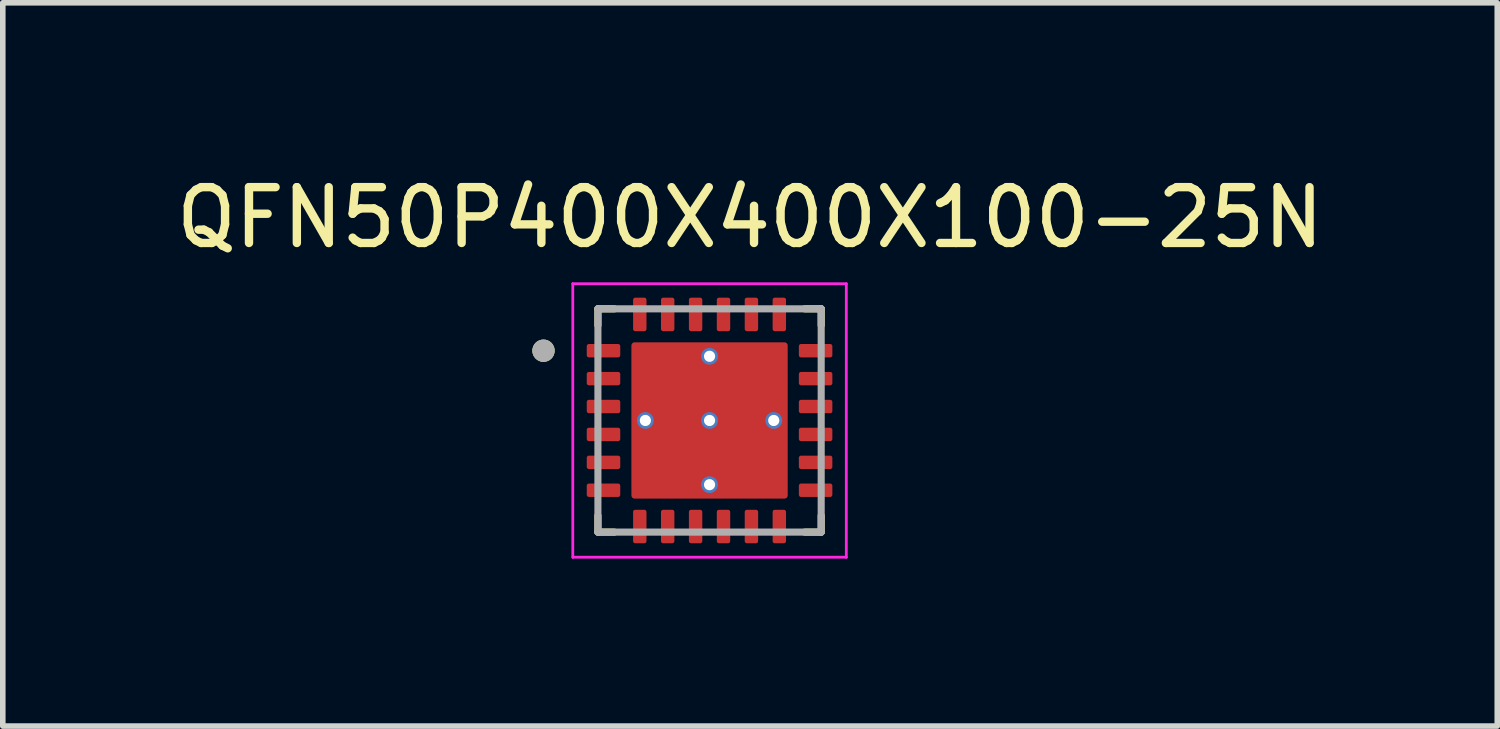
<source format=kicad_pcb>
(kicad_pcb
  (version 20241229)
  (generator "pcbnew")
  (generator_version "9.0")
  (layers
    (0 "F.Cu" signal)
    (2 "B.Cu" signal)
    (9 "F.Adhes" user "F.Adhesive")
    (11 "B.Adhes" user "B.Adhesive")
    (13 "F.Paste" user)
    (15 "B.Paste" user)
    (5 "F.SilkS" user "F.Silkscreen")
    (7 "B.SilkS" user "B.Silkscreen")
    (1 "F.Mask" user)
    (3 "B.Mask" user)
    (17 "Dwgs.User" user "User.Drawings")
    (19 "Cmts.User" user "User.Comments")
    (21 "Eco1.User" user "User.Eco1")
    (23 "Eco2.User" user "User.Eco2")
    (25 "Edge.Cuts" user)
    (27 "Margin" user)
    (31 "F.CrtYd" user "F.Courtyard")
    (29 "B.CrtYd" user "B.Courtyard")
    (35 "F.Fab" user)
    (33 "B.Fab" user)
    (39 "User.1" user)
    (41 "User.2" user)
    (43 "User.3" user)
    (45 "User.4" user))
  (footprint "QFN50P400X400X100-25N"
    (layer "F.Cu")
    (at 9.662 4.483)
    (property "Reference" "QFN50P400X400X100-25N" (at 0.725 -3.635 0) (layer "F.SilkS") (effects (font (size 1 1) (thickness 0.15))))
    (attr smd)
    (fp_poly (pts (xy -1.55 -1.37) (xy -1.55 -1.13) (xy -1.55 -1.127) (xy -1.55 -1.125) (xy -1.551 -1.122) (xy -1.551 -1.12) (xy -1.552 -1.117) (xy -1.552 -1.115) (xy -1.553 -1.112) (xy -1.554 -1.11) (xy -1.555 -1.107) (xy -1.557 -1.105) (xy -1.558 -1.103) (xy -1.56 -1.101) (xy -1.561 -1.099) (xy -1.563 -1.097) (xy -1.565 -1.095) (xy -1.567 -1.093) (xy -1.569 -1.091) (xy -1.571 -1.09) (xy -1.573 -1.088) (xy -1.575 -1.087) (xy -1.577 -1.085) (xy -1.58 -1.084) (xy -1.582 -1.083) (xy -1.585 -1.082) (xy -1.587 -1.082) (xy -1.59 -1.081) (xy -1.592 -1.081) (xy -1.595 -1.08) (xy -1.597 -1.08) (xy -1.6 -1.08) (xy -2.2 -1.08) (xy -2.203 -1.08) (xy -2.205 -1.08) (xy -2.208 -1.081) (xy -2.21 -1.081) (xy -2.213 -1.082) (xy -2.215 -1.082) (xy -2.218 -1.083) (xy -2.22 -1.084) (xy -2.223 -1.085) (xy -2.225 -1.087) (xy -2.227 -1.088) (xy -2.229 -1.09) (xy -2.231 -1.091) (xy -2.233 -1.093) (xy -2.235 -1.095) (xy -2.237 -1.097) (xy -2.239 -1.099) (xy -2.24 -1.101) (xy -2.242 -1.103) (xy -2.243 -1.105) (xy -2.245 -1.107) (xy -2.246 -1.11) (xy -2.247 -1.112) (xy -2.248 -1.115) (xy -2.248 -1.117) (xy -2.249 -1.12) (xy -2.249 -1.122) (xy -2.25 -1.125) (xy -2.25 -1.127) (xy -2.25 -1.13) (xy -2.25 -1.37) (xy -2.25 -1.373) (xy -2.25 -1.375) (xy -2.249 -1.378) (xy -2.249 -1.38) (xy -2.248 -1.383) (xy -2.248 -1.385) (xy -2.247 -1.388) (xy -2.246 -1.39) (xy -2.245 -1.393) (xy -2.243 -1.395) (xy -2.242 -1.397) (xy -2.24 -1.399) (xy -2.239 -1.401) (xy -2.237 -1.403) (xy -2.235 -1.405) (xy -2.233 -1.407) (xy -2.231 -1.409) (xy -2.229 -1.41) (xy -2.227 -1.412) (xy -2.225 -1.413) (xy -2.223 -1.415) (xy -2.22 -1.416) (xy -2.218 -1.417) (xy -2.215 -1.418) (xy -2.213 -1.418) (xy -2.21 -1.419) (xy -2.208 -1.419) (xy -2.205 -1.42) (xy -2.203 -1.42) (xy -2.2 -1.42) (xy -1.6 -1.42) (xy -1.597 -1.42) (xy -1.595 -1.42) (xy -1.592 -1.419) (xy -1.59 -1.419) (xy -1.587 -1.418) (xy -1.585 -1.418) (xy -1.582 -1.417) (xy -1.58 -1.416) (xy -1.577 -1.415) (xy -1.575 -1.413) (xy -1.573 -1.412) (xy -1.571 -1.41) (xy -1.569 -1.409) (xy -1.567 -1.407) (xy -1.565 -1.405) (xy -1.563 -1.403) (xy -1.561 -1.401) (xy -1.56 -1.399) (xy -1.558 -1.397) (xy -1.557 -1.395) (xy -1.555 -1.393) (xy -1.554 -1.39) (xy -1.553 -1.388) (xy -1.552 -1.385) (xy -1.552 -1.383) (xy -1.551 -1.38) (xy -1.551 -1.378) (xy -1.55 -1.375) (xy -1.55 -1.373) (xy -1.55 -1.37)) (stroke (width 0.01) (type solid)) (fill yes) (layer "F.Mask"))
    (fp_poly (pts (xy -1.55 -0.87) (xy -1.55 -0.63) (xy -1.55 -0.627) (xy -1.55 -0.625) (xy -1.551 -0.622) (xy -1.551 -0.62) (xy -1.552 -0.617) (xy -1.552 -0.615) (xy -1.553 -0.612) (xy -1.554 -0.61) (xy -1.555 -0.607) (xy -1.557 -0.605) (xy -1.558 -0.603) (xy -1.56 -0.601) (xy -1.561 -0.599) (xy -1.563 -0.597) (xy -1.565 -0.595) (xy -1.567 -0.593) (xy -1.569 -0.591) (xy -1.571 -0.59) (xy -1.573 -0.588) (xy -1.575 -0.587) (xy -1.577 -0.585) (xy -1.58 -0.584) (xy -1.582 -0.583) (xy -1.585 -0.582) (xy -1.587 -0.582) (xy -1.59 -0.581) (xy -1.592 -0.581) (xy -1.595 -0.58) (xy -1.597 -0.58) (xy -1.6 -0.58) (xy -2.2 -0.58) (xy -2.203 -0.58) (xy -2.205 -0.58) (xy -2.208 -0.581) (xy -2.21 -0.581) (xy -2.213 -0.582) (xy -2.215 -0.582) (xy -2.218 -0.583) (xy -2.22 -0.584) (xy -2.223 -0.585) (xy -2.225 -0.587) (xy -2.227 -0.588) (xy -2.229 -0.59) (xy -2.231 -0.591) (xy -2.233 -0.593) (xy -2.235 -0.595) (xy -2.237 -0.597) (xy -2.239 -0.599) (xy -2.24 -0.601) (xy -2.242 -0.603) (xy -2.243 -0.605) (xy -2.245 -0.607) (xy -2.246 -0.61) (xy -2.247 -0.612) (xy -2.248 -0.615) (xy -2.248 -0.617) (xy -2.249 -0.62) (xy -2.249 -0.622) (xy -2.25 -0.625) (xy -2.25 -0.627) (xy -2.25 -0.63) (xy -2.25 -0.87) (xy -2.25 -0.873) (xy -2.25 -0.875) (xy -2.249 -0.878) (xy -2.249 -0.88) (xy -2.248 -0.883) (xy -2.248 -0.885) (xy -2.247 -0.888) (xy -2.246 -0.89) (xy -2.245 -0.893) (xy -2.243 -0.895) (xy -2.242 -0.897) (xy -2.24 -0.899) (xy -2.239 -0.901) (xy -2.237 -0.903) (xy -2.235 -0.905) (xy -2.233 -0.907) (xy -2.231 -0.909) (xy -2.229 -0.91) (xy -2.227 -0.912) (xy -2.225 -0.913) (xy -2.223 -0.915) (xy -2.22 -0.916) (xy -2.218 -0.917) (xy -2.215 -0.918) (xy -2.213 -0.918) (xy -2.21 -0.919) (xy -2.208 -0.919) (xy -2.205 -0.92) (xy -2.203 -0.92) (xy -2.2 -0.92) (xy -1.6 -0.92) (xy -1.597 -0.92) (xy -1.595 -0.92) (xy -1.592 -0.919) (xy -1.59 -0.919) (xy -1.587 -0.918) (xy -1.585 -0.918) (xy -1.582 -0.917) (xy -1.58 -0.916) (xy -1.577 -0.915) (xy -1.575 -0.913) (xy -1.573 -0.912) (xy -1.571 -0.91) (xy -1.569 -0.909) (xy -1.567 -0.907) (xy -1.565 -0.905) (xy -1.563 -0.903) (xy -1.561 -0.901) (xy -1.56 -0.899) (xy -1.558 -0.897) (xy -1.557 -0.895) (xy -1.555 -0.893) (xy -1.554 -0.89) (xy -1.553 -0.888) (xy -1.552 -0.885) (xy -1.552 -0.883) (xy -1.551 -0.88) (xy -1.551 -0.878) (xy -1.55 -0.875) (xy -1.55 -0.873) (xy -1.55 -0.87)) (stroke (width 0.01) (type solid)) (fill yes) (layer "F.Mask"))
    (fp_poly (pts (xy -1.55 -0.37) (xy -1.55 -0.13) (xy -1.55 -0.127) (xy -1.55 -0.125) (xy -1.551 -0.122) (xy -1.551 -0.12) (xy -1.552 -0.117) (xy -1.552 -0.115) (xy -1.553 -0.112) (xy -1.554 -0.11) (xy -1.555 -0.107) (xy -1.557 -0.105) (xy -1.558 -0.103) (xy -1.56 -0.101) (xy -1.561 -0.099) (xy -1.563 -0.097) (xy -1.565 -0.095) (xy -1.567 -0.093) (xy -1.569 -0.091) (xy -1.571 -0.09) (xy -1.573 -0.088) (xy -1.575 -0.087) (xy -1.577 -0.085) (xy -1.58 -0.084) (xy -1.582 -0.083) (xy -1.585 -0.082) (xy -1.587 -0.082) (xy -1.59 -0.081) (xy -1.592 -0.081) (xy -1.595 -0.08) (xy -1.597 -0.08) (xy -1.6 -0.08) (xy -2.2 -0.08) (xy -2.203 -0.08) (xy -2.205 -0.08) (xy -2.208 -0.081) (xy -2.21 -0.081) (xy -2.213 -0.082) (xy -2.215 -0.082) (xy -2.218 -0.083) (xy -2.22 -0.084) (xy -2.223 -0.085) (xy -2.225 -0.087) (xy -2.227 -0.088) (xy -2.229 -0.09) (xy -2.231 -0.091) (xy -2.233 -0.093) (xy -2.235 -0.095) (xy -2.237 -0.097) (xy -2.239 -0.099) (xy -2.24 -0.101) (xy -2.242 -0.103) (xy -2.243 -0.105) (xy -2.245 -0.107) (xy -2.246 -0.11) (xy -2.247 -0.112) (xy -2.248 -0.115) (xy -2.248 -0.117) (xy -2.249 -0.12) (xy -2.249 -0.122) (xy -2.25 -0.125) (xy -2.25 -0.127) (xy -2.25 -0.13) (xy -2.25 -0.37) (xy -2.25 -0.373) (xy -2.25 -0.375) (xy -2.249 -0.378) (xy -2.249 -0.38) (xy -2.248 -0.383) (xy -2.248 -0.385) (xy -2.247 -0.388) (xy -2.246 -0.39) (xy -2.245 -0.393) (xy -2.243 -0.395) (xy -2.242 -0.397) (xy -2.24 -0.399) (xy -2.239 -0.401) (xy -2.237 -0.403) (xy -2.235 -0.405) (xy -2.233 -0.407) (xy -2.231 -0.409) (xy -2.229 -0.41) (xy -2.227 -0.412) (xy -2.225 -0.413) (xy -2.223 -0.415) (xy -2.22 -0.416) (xy -2.218 -0.417) (xy -2.215 -0.418) (xy -2.213 -0.418) (xy -2.21 -0.419) (xy -2.208 -0.419) (xy -2.205 -0.42) (xy -2.203 -0.42) (xy -2.2 -0.42) (xy -1.6 -0.42) (xy -1.597 -0.42) (xy -1.595 -0.42) (xy -1.592 -0.419) (xy -1.59 -0.419) (xy -1.587 -0.418) (xy -1.585 -0.418) (xy -1.582 -0.417) (xy -1.58 -0.416) (xy -1.577 -0.415) (xy -1.575 -0.413) (xy -1.573 -0.412) (xy -1.571 -0.41) (xy -1.569 -0.409) (xy -1.567 -0.407) (xy -1.565 -0.405) (xy -1.563 -0.403) (xy -1.561 -0.401) (xy -1.56 -0.399) (xy -1.558 -0.397) (xy -1.557 -0.395) (xy -1.555 -0.393) (xy -1.554 -0.39) (xy -1.553 -0.388) (xy -1.552 -0.385) (xy -1.552 -0.383) (xy -1.551 -0.38) (xy -1.551 -0.378) (xy -1.55 -0.375) (xy -1.55 -0.373) (xy -1.55 -0.37)) (stroke (width 0.01) (type solid)) (fill yes) (layer "F.Mask"))
    (fp_poly (pts (xy -1.55 0.13) (xy -1.55 0.37) (xy -1.55 0.373) (xy -1.55 0.375) (xy -1.551 0.378) (xy -1.551 0.38) (xy -1.552 0.383) (xy -1.552 0.385) (xy -1.553 0.388) (xy -1.554 0.39) (xy -1.555 0.393) (xy -1.557 0.395) (xy -1.558 0.397) (xy -1.56 0.399) (xy -1.561 0.401) (xy -1.563 0.403) (xy -1.565 0.405) (xy -1.567 0.407) (xy -1.569 0.409) (xy -1.571 0.41) (xy -1.573 0.412) (xy -1.575 0.413) (xy -1.577 0.415) (xy -1.58 0.416) (xy -1.582 0.417) (xy -1.585 0.418) (xy -1.587 0.418) (xy -1.59 0.419) (xy -1.592 0.419) (xy -1.595 0.42) (xy -1.597 0.42) (xy -1.6 0.42) (xy -2.2 0.42) (xy -2.203 0.42) (xy -2.205 0.42) (xy -2.208 0.419) (xy -2.21 0.419) (xy -2.213 0.418) (xy -2.215 0.418) (xy -2.218 0.417) (xy -2.22 0.416) (xy -2.223 0.415) (xy -2.225 0.413) (xy -2.227 0.412) (xy -2.229 0.41) (xy -2.231 0.409) (xy -2.233 0.407) (xy -2.235 0.405) (xy -2.237 0.403) (xy -2.239 0.401) (xy -2.24 0.399) (xy -2.242 0.397) (xy -2.243 0.395) (xy -2.245 0.393) (xy -2.246 0.39) (xy -2.247 0.388) (xy -2.248 0.385) (xy -2.248 0.383) (xy -2.249 0.38) (xy -2.249 0.378) (xy -2.25 0.375) (xy -2.25 0.373) (xy -2.25 0.37) (xy -2.25 0.13) (xy -2.25 0.127) (xy -2.25 0.125) (xy -2.249 0.122) (xy -2.249 0.12) (xy -2.248 0.117) (xy -2.248 0.115) (xy -2.247 0.112) (xy -2.246 0.11) (xy -2.245 0.107) (xy -2.243 0.105) (xy -2.242 0.103) (xy -2.24 0.101) (xy -2.239 0.099) (xy -2.237 0.097) (xy -2.235 0.095) (xy -2.233 0.093) (xy -2.231 0.091) (xy -2.229 0.09) (xy -2.227 0.088) (xy -2.225 0.087) (xy -2.223 0.085) (xy -2.22 0.084) (xy -2.218 0.083) (xy -2.215 0.082) (xy -2.213 0.082) (xy -2.21 0.081) (xy -2.208 0.081) (xy -2.205 0.08) (xy -2.203 0.08) (xy -2.2 0.08) (xy -1.6 0.08) (xy -1.597 0.08) (xy -1.595 0.08) (xy -1.592 0.081) (xy -1.59 0.081) (xy -1.587 0.082) (xy -1.585 0.082) (xy -1.582 0.083) (xy -1.58 0.084) (xy -1.577 0.085) (xy -1.575 0.087) (xy -1.573 0.088) (xy -1.571 0.09) (xy -1.569 0.091) (xy -1.567 0.093) (xy -1.565 0.095) (xy -1.563 0.097) (xy -1.561 0.099) (xy -1.56 0.101) (xy -1.558 0.103) (xy -1.557 0.105) (xy -1.555 0.107) (xy -1.554 0.11) (xy -1.553 0.112) (xy -1.552 0.115) (xy -1.552 0.117) (xy -1.551 0.12) (xy -1.551 0.122) (xy -1.55 0.125) (xy -1.55 0.127) (xy -1.55 0.13)) (stroke (width 0.01) (type solid)) (fill yes) (layer "F.Mask"))
    (fp_poly (pts (xy -1.55 0.63) (xy -1.55 0.87) (xy -1.55 0.873) (xy -1.55 0.875) (xy -1.551 0.878) (xy -1.551 0.88) (xy -1.552 0.883) (xy -1.552 0.885) (xy -1.553 0.888) (xy -1.554 0.89) (xy -1.555 0.893) (xy -1.557 0.895) (xy -1.558 0.897) (xy -1.56 0.899) (xy -1.561 0.901) (xy -1.563 0.903) (xy -1.565 0.905) (xy -1.567 0.907) (xy -1.569 0.909) (xy -1.571 0.91) (xy -1.573 0.912) (xy -1.575 0.913) (xy -1.577 0.915) (xy -1.58 0.916) (xy -1.582 0.917) (xy -1.585 0.918) (xy -1.587 0.918) (xy -1.59 0.919) (xy -1.592 0.919) (xy -1.595 0.92) (xy -1.597 0.92) (xy -1.6 0.92) (xy -2.2 0.92) (xy -2.203 0.92) (xy -2.205 0.92) (xy -2.208 0.919) (xy -2.21 0.919) (xy -2.213 0.918) (xy -2.215 0.918) (xy -2.218 0.917) (xy -2.22 0.916) (xy -2.223 0.915) (xy -2.225 0.913) (xy -2.227 0.912) (xy -2.229 0.91) (xy -2.231 0.909) (xy -2.233 0.907) (xy -2.235 0.905) (xy -2.237 0.903) (xy -2.239 0.901) (xy -2.24 0.899) (xy -2.242 0.897) (xy -2.243 0.895) (xy -2.245 0.893) (xy -2.246 0.89) (xy -2.247 0.888) (xy -2.248 0.885) (xy -2.248 0.883) (xy -2.249 0.88) (xy -2.249 0.878) (xy -2.25 0.875) (xy -2.25 0.873) (xy -2.25 0.87) (xy -2.25 0.63) (xy -2.25 0.627) (xy -2.25 0.625) (xy -2.249 0.622) (xy -2.249 0.62) (xy -2.248 0.617) (xy -2.248 0.615) (xy -2.247 0.612) (xy -2.246 0.61) (xy -2.245 0.607) (xy -2.243 0.605) (xy -2.242 0.603) (xy -2.24 0.601) (xy -2.239 0.599) (xy -2.237 0.597) (xy -2.235 0.595) (xy -2.233 0.593) (xy -2.231 0.591) (xy -2.229 0.59) (xy -2.227 0.588) (xy -2.225 0.587) (xy -2.223 0.585) (xy -2.22 0.584) (xy -2.218 0.583) (xy -2.215 0.582) (xy -2.213 0.582) (xy -2.21 0.581) (xy -2.208 0.581) (xy -2.205 0.58) (xy -2.203 0.58) (xy -2.2 0.58) (xy -1.6 0.58) (xy -1.597 0.58) (xy -1.595 0.58) (xy -1.592 0.581) (xy -1.59 0.581) (xy -1.587 0.582) (xy -1.585 0.582) (xy -1.582 0.583) (xy -1.58 0.584) (xy -1.577 0.585) (xy -1.575 0.587) (xy -1.573 0.588) (xy -1.571 0.59) (xy -1.569 0.591) (xy -1.567 0.593) (xy -1.565 0.595) (xy -1.563 0.597) (xy -1.561 0.599) (xy -1.56 0.601) (xy -1.558 0.603) (xy -1.557 0.605) (xy -1.555 0.607) (xy -1.554 0.61) (xy -1.553 0.612) (xy -1.552 0.615) (xy -1.552 0.617) (xy -1.551 0.62) (xy -1.551 0.622) (xy -1.55 0.625) (xy -1.55 0.627) (xy -1.55 0.63)) (stroke (width 0.01) (type solid)) (fill yes) (layer "F.Mask"))
    (fp_poly (pts (xy -1.55 1.13) (xy -1.55 1.37) (xy -1.55 1.373) (xy -1.55 1.375) (xy -1.551 1.378) (xy -1.551 1.38) (xy -1.552 1.383) (xy -1.552 1.385) (xy -1.553 1.388) (xy -1.554 1.39) (xy -1.555 1.393) (xy -1.557 1.395) (xy -1.558 1.397) (xy -1.56 1.399) (xy -1.561 1.401) (xy -1.563 1.403) (xy -1.565 1.405) (xy -1.567 1.407) (xy -1.569 1.409) (xy -1.571 1.41) (xy -1.573 1.412) (xy -1.575 1.413) (xy -1.577 1.415) (xy -1.58 1.416) (xy -1.582 1.417) (xy -1.585 1.418) (xy -1.587 1.418) (xy -1.59 1.419) (xy -1.592 1.419) (xy -1.595 1.42) (xy -1.597 1.42) (xy -1.6 1.42) (xy -2.2 1.42) (xy -2.203 1.42) (xy -2.205 1.42) (xy -2.208 1.419) (xy -2.21 1.419) (xy -2.213 1.418) (xy -2.215 1.418) (xy -2.218 1.417) (xy -2.22 1.416) (xy -2.223 1.415) (xy -2.225 1.413) (xy -2.227 1.412) (xy -2.229 1.41) (xy -2.231 1.409) (xy -2.233 1.407) (xy -2.235 1.405) (xy -2.237 1.403) (xy -2.239 1.401) (xy -2.24 1.399) (xy -2.242 1.397) (xy -2.243 1.395) (xy -2.245 1.393) (xy -2.246 1.39) (xy -2.247 1.388) (xy -2.248 1.385) (xy -2.248 1.383) (xy -2.249 1.38) (xy -2.249 1.378) (xy -2.25 1.375) (xy -2.25 1.373) (xy -2.25 1.37) (xy -2.25 1.13) (xy -2.25 1.127) (xy -2.25 1.125) (xy -2.249 1.122) (xy -2.249 1.12) (xy -2.248 1.117) (xy -2.248 1.115) (xy -2.247 1.112) (xy -2.246 1.11) (xy -2.245 1.107) (xy -2.243 1.105) (xy -2.242 1.103) (xy -2.24 1.101) (xy -2.239 1.099) (xy -2.237 1.097) (xy -2.235 1.095) (xy -2.233 1.093) (xy -2.231 1.091) (xy -2.229 1.09) (xy -2.227 1.088) (xy -2.225 1.087) (xy -2.223 1.085) (xy -2.22 1.084) (xy -2.218 1.083) (xy -2.215 1.082) (xy -2.213 1.082) (xy -2.21 1.081) (xy -2.208 1.081) (xy -2.205 1.08) (xy -2.203 1.08) (xy -2.2 1.08) (xy -1.6 1.08) (xy -1.597 1.08) (xy -1.595 1.08) (xy -1.592 1.081) (xy -1.59 1.081) (xy -1.587 1.082) (xy -1.585 1.082) (xy -1.582 1.083) (xy -1.58 1.084) (xy -1.577 1.085) (xy -1.575 1.087) (xy -1.573 1.088) (xy -1.571 1.09) (xy -1.569 1.091) (xy -1.567 1.093) (xy -1.565 1.095) (xy -1.563 1.097) (xy -1.561 1.099) (xy -1.56 1.101) (xy -1.558 1.103) (xy -1.557 1.105) (xy -1.555 1.107) (xy -1.554 1.11) (xy -1.553 1.112) (xy -1.552 1.115) (xy -1.552 1.117) (xy -1.551 1.12) (xy -1.551 1.122) (xy -1.55 1.125) (xy -1.55 1.127) (xy -1.55 1.13)) (stroke (width 0.01) (type solid)) (fill yes) (layer "F.Mask"))
    (fp_poly (pts (xy -1.37 -2.25) (xy -1.13 -2.25) (xy -1.127 -2.25) (xy -1.125 -2.25) (xy -1.122 -2.249) (xy -1.12 -2.249) (xy -1.117 -2.248) (xy -1.115 -2.248) (xy -1.112 -2.247) (xy -1.11 -2.246) (xy -1.107 -2.245) (xy -1.105 -2.243) (xy -1.103 -2.242) (xy -1.101 -2.24) (xy -1.099 -2.239) (xy -1.097 -2.237) (xy -1.095 -2.235) (xy -1.093 -2.233) (xy -1.091 -2.231) (xy -1.09 -2.229) (xy -1.088 -2.227) (xy -1.087 -2.225) (xy -1.085 -2.223) (xy -1.084 -2.22) (xy -1.083 -2.218) (xy -1.082 -2.215) (xy -1.082 -2.213) (xy -1.081 -2.21) (xy -1.081 -2.208) (xy -1.08 -2.205) (xy -1.08 -2.203) (xy -1.08 -2.2) (xy -1.08 -1.6) (xy -1.08 -1.597) (xy -1.08 -1.595) (xy -1.081 -1.592) (xy -1.081 -1.59) (xy -1.082 -1.587) (xy -1.082 -1.585) (xy -1.083 -1.582) (xy -1.084 -1.58) (xy -1.085 -1.577) (xy -1.087 -1.575) (xy -1.088 -1.573) (xy -1.09 -1.571) (xy -1.091 -1.569) (xy -1.093 -1.567) (xy -1.095 -1.565) (xy -1.097 -1.563) (xy -1.099 -1.561) (xy -1.101 -1.56) (xy -1.103 -1.558) (xy -1.105 -1.557) (xy -1.107 -1.555) (xy -1.11 -1.554) (xy -1.112 -1.553) (xy -1.115 -1.552) (xy -1.117 -1.552) (xy -1.12 -1.551) (xy -1.122 -1.551) (xy -1.125 -1.55) (xy -1.127 -1.55) (xy -1.13 -1.55) (xy -1.37 -1.55) (xy -1.373 -1.55) (xy -1.375 -1.55) (xy -1.378 -1.551) (xy -1.38 -1.551) (xy -1.383 -1.552) (xy -1.385 -1.552) (xy -1.388 -1.553) (xy -1.39 -1.554) (xy -1.393 -1.555) (xy -1.395 -1.557) (xy -1.397 -1.558) (xy -1.399 -1.56) (xy -1.401 -1.561) (xy -1.403 -1.563) (xy -1.405 -1.565) (xy -1.407 -1.567) (xy -1.409 -1.569) (xy -1.41 -1.571) (xy -1.412 -1.573) (xy -1.413 -1.575) (xy -1.415 -1.577) (xy -1.416 -1.58) (xy -1.417 -1.582) (xy -1.418 -1.585) (xy -1.418 -1.587) (xy -1.419 -1.59) (xy -1.419 -1.592) (xy -1.42 -1.595) (xy -1.42 -1.597) (xy -1.42 -1.6) (xy -1.42 -2.2) (xy -1.42 -2.203) (xy -1.42 -2.205) (xy -1.419 -2.208) (xy -1.419 -2.21) (xy -1.418 -2.213) (xy -1.418 -2.215) (xy -1.417 -2.218) (xy -1.416 -2.22) (xy -1.415 -2.223) (xy -1.413 -2.225) (xy -1.412 -2.227) (xy -1.41 -2.229) (xy -1.409 -2.231) (xy -1.407 -2.233) (xy -1.405 -2.235) (xy -1.403 -2.237) (xy -1.401 -2.239) (xy -1.399 -2.24) (xy -1.397 -2.242) (xy -1.395 -2.243) (xy -1.393 -2.245) (xy -1.39 -2.246) (xy -1.388 -2.247) (xy -1.385 -2.248) (xy -1.383 -2.248) (xy -1.38 -2.249) (xy -1.378 -2.249) (xy -1.375 -2.25) (xy -1.373 -2.25) (xy -1.37 -2.25)) (stroke (width 0.01) (type solid)) (fill yes) (layer "F.Mask"))
    (fp_poly (pts (xy -1.37 1.55) (xy -1.13 1.55) (xy -1.127 1.55) (xy -1.125 1.55) (xy -1.122 1.551) (xy -1.12 1.551) (xy -1.117 1.552) (xy -1.115 1.552) (xy -1.112 1.553) (xy -1.11 1.554) (xy -1.107 1.555) (xy -1.105 1.557) (xy -1.103 1.558) (xy -1.101 1.56) (xy -1.099 1.561) (xy -1.097 1.563) (xy -1.095 1.565) (xy -1.093 1.567) (xy -1.091 1.569) (xy -1.09 1.571) (xy -1.088 1.573) (xy -1.087 1.575) (xy -1.085 1.577) (xy -1.084 1.58) (xy -1.083 1.582) (xy -1.082 1.585) (xy -1.082 1.587) (xy -1.081 1.59) (xy -1.081 1.592) (xy -1.08 1.595) (xy -1.08 1.597) (xy -1.08 1.6) (xy -1.08 2.2) (xy -1.08 2.203) (xy -1.08 2.205) (xy -1.081 2.208) (xy -1.081 2.21) (xy -1.082 2.213) (xy -1.082 2.215) (xy -1.083 2.218) (xy -1.084 2.22) (xy -1.085 2.223) (xy -1.087 2.225) (xy -1.088 2.227) (xy -1.09 2.229) (xy -1.091 2.231) (xy -1.093 2.233) (xy -1.095 2.235) (xy -1.097 2.237) (xy -1.099 2.239) (xy -1.101 2.24) (xy -1.103 2.242) (xy -1.105 2.243) (xy -1.107 2.245) (xy -1.11 2.246) (xy -1.112 2.247) (xy -1.115 2.248) (xy -1.117 2.248) (xy -1.12 2.249) (xy -1.122 2.249) (xy -1.125 2.25) (xy -1.127 2.25) (xy -1.13 2.25) (xy -1.37 2.25) (xy -1.373 2.25) (xy -1.375 2.25) (xy -1.378 2.249) (xy -1.38 2.249) (xy -1.383 2.248) (xy -1.385 2.248) (xy -1.388 2.247) (xy -1.39 2.246) (xy -1.393 2.245) (xy -1.395 2.243) (xy -1.397 2.242) (xy -1.399 2.24) (xy -1.401 2.239) (xy -1.403 2.237) (xy -1.405 2.235) (xy -1.407 2.233) (xy -1.409 2.231) (xy -1.41 2.229) (xy -1.412 2.227) (xy -1.413 2.225) (xy -1.415 2.223) (xy -1.416 2.22) (xy -1.417 2.218) (xy -1.418 2.215) (xy -1.418 2.213) (xy -1.419 2.21) (xy -1.419 2.208) (xy -1.42 2.205) (xy -1.42 2.203) (xy -1.42 2.2) (xy -1.42 1.6) (xy -1.42 1.597) (xy -1.42 1.595) (xy -1.419 1.592) (xy -1.419 1.59) (xy -1.418 1.587) (xy -1.418 1.585) (xy -1.417 1.582) (xy -1.416 1.58) (xy -1.415 1.577) (xy -1.413 1.575) (xy -1.412 1.573) (xy -1.41 1.571) (xy -1.409 1.569) (xy -1.407 1.567) (xy -1.405 1.565) (xy -1.403 1.563) (xy -1.401 1.561) (xy -1.399 1.56) (xy -1.397 1.558) (xy -1.395 1.557) (xy -1.393 1.555) (xy -1.39 1.554) (xy -1.388 1.553) (xy -1.385 1.552) (xy -1.383 1.552) (xy -1.38 1.551) (xy -1.378 1.551) (xy -1.375 1.55) (xy -1.373 1.55) (xy -1.37 1.55)) (stroke (width 0.01) (type solid)) (fill yes) (layer "F.Mask"))
    (fp_poly (pts (xy -0.87 -2.25) (xy -0.63 -2.25) (xy -0.627 -2.25) (xy -0.625 -2.25) (xy -0.622 -2.249) (xy -0.62 -2.249) (xy -0.617 -2.248) (xy -0.615 -2.248) (xy -0.612 -2.247) (xy -0.61 -2.246) (xy -0.607 -2.245) (xy -0.605 -2.243) (xy -0.603 -2.242) (xy -0.601 -2.24) (xy -0.599 -2.239) (xy -0.597 -2.237) (xy -0.595 -2.235) (xy -0.593 -2.233) (xy -0.591 -2.231) (xy -0.59 -2.229) (xy -0.588 -2.227) (xy -0.587 -2.225) (xy -0.585 -2.223) (xy -0.584 -2.22) (xy -0.583 -2.218) (xy -0.582 -2.215) (xy -0.582 -2.213) (xy -0.581 -2.21) (xy -0.581 -2.208) (xy -0.58 -2.205) (xy -0.58 -2.203) (xy -0.58 -2.2) (xy -0.58 -1.6) (xy -0.58 -1.597) (xy -0.58 -1.595) (xy -0.581 -1.592) (xy -0.581 -1.59) (xy -0.582 -1.587) (xy -0.582 -1.585) (xy -0.583 -1.582) (xy -0.584 -1.58) (xy -0.585 -1.577) (xy -0.587 -1.575) (xy -0.588 -1.573) (xy -0.59 -1.571) (xy -0.591 -1.569) (xy -0.593 -1.567) (xy -0.595 -1.565) (xy -0.597 -1.563) (xy -0.599 -1.561) (xy -0.601 -1.56) (xy -0.603 -1.558) (xy -0.605 -1.557) (xy -0.607 -1.555) (xy -0.61 -1.554) (xy -0.612 -1.553) (xy -0.615 -1.552) (xy -0.617 -1.552) (xy -0.62 -1.551) (xy -0.622 -1.551) (xy -0.625 -1.55) (xy -0.627 -1.55) (xy -0.63 -1.55) (xy -0.87 -1.55) (xy -0.873 -1.55) (xy -0.875 -1.55) (xy -0.878 -1.551) (xy -0.88 -1.551) (xy -0.883 -1.552) (xy -0.885 -1.552) (xy -0.888 -1.553) (xy -0.89 -1.554) (xy -0.893 -1.555) (xy -0.895 -1.557) (xy -0.897 -1.558) (xy -0.899 -1.56) (xy -0.901 -1.561) (xy -0.903 -1.563) (xy -0.905 -1.565) (xy -0.907 -1.567) (xy -0.909 -1.569) (xy -0.91 -1.571) (xy -0.912 -1.573) (xy -0.913 -1.575) (xy -0.915 -1.577) (xy -0.916 -1.58) (xy -0.917 -1.582) (xy -0.918 -1.585) (xy -0.918 -1.587) (xy -0.919 -1.59) (xy -0.919 -1.592) (xy -0.92 -1.595) (xy -0.92 -1.597) (xy -0.92 -1.6) (xy -0.92 -2.2) (xy -0.92 -2.203) (xy -0.92 -2.205) (xy -0.919 -2.208) (xy -0.919 -2.21) (xy -0.918 -2.213) (xy -0.918 -2.215) (xy -0.917 -2.218) (xy -0.916 -2.22) (xy -0.915 -2.223) (xy -0.913 -2.225) (xy -0.912 -2.227) (xy -0.91 -2.229) (xy -0.909 -2.231) (xy -0.907 -2.233) (xy -0.905 -2.235) (xy -0.903 -2.237) (xy -0.901 -2.239) (xy -0.899 -2.24) (xy -0.897 -2.242) (xy -0.895 -2.243) (xy -0.893 -2.245) (xy -0.89 -2.246) (xy -0.888 -2.247) (xy -0.885 -2.248) (xy -0.883 -2.248) (xy -0.88 -2.249) (xy -0.878 -2.249) (xy -0.875 -2.25) (xy -0.873 -2.25) (xy -0.87 -2.25)) (stroke (width 0.01) (type solid)) (fill yes) (layer "F.Mask"))
    (fp_poly (pts (xy -0.87 1.55) (xy -0.63 1.55) (xy -0.627 1.55) (xy -0.625 1.55) (xy -0.622 1.551) (xy -0.62 1.551) (xy -0.617 1.552) (xy -0.615 1.552) (xy -0.612 1.553) (xy -0.61 1.554) (xy -0.607 1.555) (xy -0.605 1.557) (xy -0.603 1.558) (xy -0.601 1.56) (xy -0.599 1.561) (xy -0.597 1.563) (xy -0.595 1.565) (xy -0.593 1.567) (xy -0.591 1.569) (xy -0.59 1.571) (xy -0.588 1.573) (xy -0.587 1.575) (xy -0.585 1.577) (xy -0.584 1.58) (xy -0.583 1.582) (xy -0.582 1.585) (xy -0.582 1.587) (xy -0.581 1.59) (xy -0.581 1.592) (xy -0.58 1.595) (xy -0.58 1.597) (xy -0.58 1.6) (xy -0.58 2.2) (xy -0.58 2.203) (xy -0.58 2.205) (xy -0.581 2.208) (xy -0.581 2.21) (xy -0.582 2.213) (xy -0.582 2.215) (xy -0.583 2.218) (xy -0.584 2.22) (xy -0.585 2.223) (xy -0.587 2.225) (xy -0.588 2.227) (xy -0.59 2.229) (xy -0.591 2.231) (xy -0.593 2.233) (xy -0.595 2.235) (xy -0.597 2.237) (xy -0.599 2.239) (xy -0.601 2.24) (xy -0.603 2.242) (xy -0.605 2.243) (xy -0.607 2.245) (xy -0.61 2.246) (xy -0.612 2.247) (xy -0.615 2.248) (xy -0.617 2.248) (xy -0.62 2.249) (xy -0.622 2.249) (xy -0.625 2.25) (xy -0.627 2.25) (xy -0.63 2.25) (xy -0.87 2.25) (xy -0.873 2.25) (xy -0.875 2.25) (xy -0.878 2.249) (xy -0.88 2.249) (xy -0.883 2.248) (xy -0.885 2.248) (xy -0.888 2.247) (xy -0.89 2.246) (xy -0.893 2.245) (xy -0.895 2.243) (xy -0.897 2.242) (xy -0.899 2.24) (xy -0.901 2.239) (xy -0.903 2.237) (xy -0.905 2.235) (xy -0.907 2.233) (xy -0.909 2.231) (xy -0.91 2.229) (xy -0.912 2.227) (xy -0.913 2.225) (xy -0.915 2.223) (xy -0.916 2.22) (xy -0.917 2.218) (xy -0.918 2.215) (xy -0.918 2.213) (xy -0.919 2.21) (xy -0.919 2.208) (xy -0.92 2.205) (xy -0.92 2.203) (xy -0.92 2.2) (xy -0.92 1.6) (xy -0.92 1.597) (xy -0.92 1.595) (xy -0.919 1.592) (xy -0.919 1.59) (xy -0.918 1.587) (xy -0.918 1.585) (xy -0.917 1.582) (xy -0.916 1.58) (xy -0.915 1.577) (xy -0.913 1.575) (xy -0.912 1.573) (xy -0.91 1.571) (xy -0.909 1.569) (xy -0.907 1.567) (xy -0.905 1.565) (xy -0.903 1.563) (xy -0.901 1.561) (xy -0.899 1.56) (xy -0.897 1.558) (xy -0.895 1.557) (xy -0.893 1.555) (xy -0.89 1.554) (xy -0.888 1.553) (xy -0.885 1.552) (xy -0.883 1.552) (xy -0.88 1.551) (xy -0.878 1.551) (xy -0.875 1.55) (xy -0.873 1.55) (xy -0.87 1.55)) (stroke (width 0.01) (type solid)) (fill yes) (layer "F.Mask"))
    (fp_poly (pts (xy -0.37 -2.25) (xy -0.13 -2.25) (xy -0.127 -2.25) (xy -0.125 -2.25) (xy -0.122 -2.249) (xy -0.12 -2.249) (xy -0.117 -2.248) (xy -0.115 -2.248) (xy -0.112 -2.247) (xy -0.11 -2.246) (xy -0.107 -2.245) (xy -0.105 -2.243) (xy -0.103 -2.242) (xy -0.101 -2.24) (xy -0.099 -2.239) (xy -0.097 -2.237) (xy -0.095 -2.235) (xy -0.093 -2.233) (xy -0.091 -2.231) (xy -0.09 -2.229) (xy -0.088 -2.227) (xy -0.087 -2.225) (xy -0.085 -2.223) (xy -0.084 -2.22) (xy -0.083 -2.218) (xy -0.082 -2.215) (xy -0.082 -2.213) (xy -0.081 -2.21) (xy -0.081 -2.208) (xy -0.08 -2.205) (xy -0.08 -2.203) (xy -0.08 -2.2) (xy -0.08 -1.6) (xy -0.08 -1.597) (xy -0.08 -1.595) (xy -0.081 -1.592) (xy -0.081 -1.59) (xy -0.082 -1.587) (xy -0.082 -1.585) (xy -0.083 -1.582) (xy -0.084 -1.58) (xy -0.085 -1.577) (xy -0.087 -1.575) (xy -0.088 -1.573) (xy -0.09 -1.571) (xy -0.091 -1.569) (xy -0.093 -1.567) (xy -0.095 -1.565) (xy -0.097 -1.563) (xy -0.099 -1.561) (xy -0.101 -1.56) (xy -0.103 -1.558) (xy -0.105 -1.557) (xy -0.107 -1.555) (xy -0.11 -1.554) (xy -0.112 -1.553) (xy -0.115 -1.552) (xy -0.117 -1.552) (xy -0.12 -1.551) (xy -0.122 -1.551) (xy -0.125 -1.55) (xy -0.127 -1.55) (xy -0.13 -1.55) (xy -0.37 -1.55) (xy -0.373 -1.55) (xy -0.375 -1.55) (xy -0.378 -1.551) (xy -0.38 -1.551) (xy -0.383 -1.552) (xy -0.385 -1.552) (xy -0.388 -1.553) (xy -0.39 -1.554) (xy -0.393 -1.555) (xy -0.395 -1.557) (xy -0.397 -1.558) (xy -0.399 -1.56) (xy -0.401 -1.561) (xy -0.403 -1.563) (xy -0.405 -1.565) (xy -0.407 -1.567) (xy -0.409 -1.569) (xy -0.41 -1.571) (xy -0.412 -1.573) (xy -0.413 -1.575) (xy -0.415 -1.577) (xy -0.416 -1.58) (xy -0.417 -1.582) (xy -0.418 -1.585) (xy -0.418 -1.587) (xy -0.419 -1.59) (xy -0.419 -1.592) (xy -0.42 -1.595) (xy -0.42 -1.597) (xy -0.42 -1.6) (xy -0.42 -2.2) (xy -0.42 -2.203) (xy -0.42 -2.205) (xy -0.419 -2.208) (xy -0.419 -2.21) (xy -0.418 -2.213) (xy -0.418 -2.215) (xy -0.417 -2.218) (xy -0.416 -2.22) (xy -0.415 -2.223) (xy -0.413 -2.225) (xy -0.412 -2.227) (xy -0.41 -2.229) (xy -0.409 -2.231) (xy -0.407 -2.233) (xy -0.405 -2.235) (xy -0.403 -2.237) (xy -0.401 -2.239) (xy -0.399 -2.24) (xy -0.397 -2.242) (xy -0.395 -2.243) (xy -0.393 -2.245) (xy -0.39 -2.246) (xy -0.388 -2.247) (xy -0.385 -2.248) (xy -0.383 -2.248) (xy -0.38 -2.249) (xy -0.378 -2.249) (xy -0.375 -2.25) (xy -0.373 -2.25) (xy -0.37 -2.25)) (stroke (width 0.01) (type solid)) (fill yes) (layer "F.Mask"))
    (fp_poly (pts (xy -0.37 1.55) (xy -0.13 1.55) (xy -0.127 1.55) (xy -0.125 1.55) (xy -0.122 1.551) (xy -0.12 1.551) (xy -0.117 1.552) (xy -0.115 1.552) (xy -0.112 1.553) (xy -0.11 1.554) (xy -0.107 1.555) (xy -0.105 1.557) (xy -0.103 1.558) (xy -0.101 1.56) (xy -0.099 1.561) (xy -0.097 1.563) (xy -0.095 1.565) (xy -0.093 1.567) (xy -0.091 1.569) (xy -0.09 1.571) (xy -0.088 1.573) (xy -0.087 1.575) (xy -0.085 1.577) (xy -0.084 1.58) (xy -0.083 1.582) (xy -0.082 1.585) (xy -0.082 1.587) (xy -0.081 1.59) (xy -0.081 1.592) (xy -0.08 1.595) (xy -0.08 1.597) (xy -0.08 1.6) (xy -0.08 2.2) (xy -0.08 2.203) (xy -0.08 2.205) (xy -0.081 2.208) (xy -0.081 2.21) (xy -0.082 2.213) (xy -0.082 2.215) (xy -0.083 2.218) (xy -0.084 2.22) (xy -0.085 2.223) (xy -0.087 2.225) (xy -0.088 2.227) (xy -0.09 2.229) (xy -0.091 2.231) (xy -0.093 2.233) (xy -0.095 2.235) (xy -0.097 2.237) (xy -0.099 2.239) (xy -0.101 2.24) (xy -0.103 2.242) (xy -0.105 2.243) (xy -0.107 2.245) (xy -0.11 2.246) (xy -0.112 2.247) (xy -0.115 2.248) (xy -0.117 2.248) (xy -0.12 2.249) (xy -0.122 2.249) (xy -0.125 2.25) (xy -0.127 2.25) (xy -0.13 2.25) (xy -0.37 2.25) (xy -0.373 2.25) (xy -0.375 2.25) (xy -0.378 2.249) (xy -0.38 2.249) (xy -0.383 2.248) (xy -0.385 2.248) (xy -0.388 2.247) (xy -0.39 2.246) (xy -0.393 2.245) (xy -0.395 2.243) (xy -0.397 2.242) (xy -0.399 2.24) (xy -0.401 2.239) (xy -0.403 2.237) (xy -0.405 2.235) (xy -0.407 2.233) (xy -0.409 2.231) (xy -0.41 2.229) (xy -0.412 2.227) (xy -0.413 2.225) (xy -0.415 2.223) (xy -0.416 2.22) (xy -0.417 2.218) (xy -0.418 2.215) (xy -0.418 2.213) (xy -0.419 2.21) (xy -0.419 2.208) (xy -0.42 2.205) (xy -0.42 2.203) (xy -0.42 2.2) (xy -0.42 1.6) (xy -0.42 1.597) (xy -0.42 1.595) (xy -0.419 1.592) (xy -0.419 1.59) (xy -0.418 1.587) (xy -0.418 1.585) (xy -0.417 1.582) (xy -0.416 1.58) (xy -0.415 1.577) (xy -0.413 1.575) (xy -0.412 1.573) (xy -0.41 1.571) (xy -0.409 1.569) (xy -0.407 1.567) (xy -0.405 1.565) (xy -0.403 1.563) (xy -0.401 1.561) (xy -0.399 1.56) (xy -0.397 1.558) (xy -0.395 1.557) (xy -0.393 1.555) (xy -0.39 1.554) (xy -0.388 1.553) (xy -0.385 1.552) (xy -0.383 1.552) (xy -0.38 1.551) (xy -0.378 1.551) (xy -0.375 1.55) (xy -0.373 1.55) (xy -0.37 1.55)) (stroke (width 0.01) (type solid)) (fill yes) (layer "F.Mask"))
    (fp_poly (pts (xy 0.13 -2.25) (xy 0.37 -2.25) (xy 0.373 -2.25) (xy 0.375 -2.25) (xy 0.378 -2.249) (xy 0.38 -2.249) (xy 0.383 -2.248) (xy 0.385 -2.248) (xy 0.388 -2.247) (xy 0.39 -2.246) (xy 0.393 -2.245) (xy 0.395 -2.243) (xy 0.397 -2.242) (xy 0.399 -2.24) (xy 0.401 -2.239) (xy 0.403 -2.237) (xy 0.405 -2.235) (xy 0.407 -2.233) (xy 0.409 -2.231) (xy 0.41 -2.229) (xy 0.412 -2.227) (xy 0.413 -2.225) (xy 0.415 -2.223) (xy 0.416 -2.22) (xy 0.417 -2.218) (xy 0.418 -2.215) (xy 0.418 -2.213) (xy 0.419 -2.21) (xy 0.419 -2.208) (xy 0.42 -2.205) (xy 0.42 -2.203) (xy 0.42 -2.2) (xy 0.42 -1.6) (xy 0.42 -1.597) (xy 0.42 -1.595) (xy 0.419 -1.592) (xy 0.419 -1.59) (xy 0.418 -1.587) (xy 0.418 -1.585) (xy 0.417 -1.582) (xy 0.416 -1.58) (xy 0.415 -1.577) (xy 0.413 -1.575) (xy 0.412 -1.573) (xy 0.41 -1.571) (xy 0.409 -1.569) (xy 0.407 -1.567) (xy 0.405 -1.565) (xy 0.403 -1.563) (xy 0.401 -1.561) (xy 0.399 -1.56) (xy 0.397 -1.558) (xy 0.395 -1.557) (xy 0.393 -1.555) (xy 0.39 -1.554) (xy 0.388 -1.553) (xy 0.385 -1.552) (xy 0.383 -1.552) (xy 0.38 -1.551) (xy 0.378 -1.551) (xy 0.375 -1.55) (xy 0.373 -1.55) (xy 0.37 -1.55) (xy 0.13 -1.55) (xy 0.127 -1.55) (xy 0.125 -1.55) (xy 0.122 -1.551) (xy 0.12 -1.551) (xy 0.117 -1.552) (xy 0.115 -1.552) (xy 0.112 -1.553) (xy 0.11 -1.554) (xy 0.107 -1.555) (xy 0.105 -1.557) (xy 0.103 -1.558) (xy 0.101 -1.56) (xy 0.099 -1.561) (xy 0.097 -1.563) (xy 0.095 -1.565) (xy 0.093 -1.567) (xy 0.091 -1.569) (xy 0.09 -1.571) (xy 0.088 -1.573) (xy 0.087 -1.575) (xy 0.085 -1.577) (xy 0.084 -1.58) (xy 0.083 -1.582) (xy 0.082 -1.585) (xy 0.082 -1.587) (xy 0.081 -1.59) (xy 0.081 -1.592) (xy 0.08 -1.595) (xy 0.08 -1.597) (xy 0.08 -1.6) (xy 0.08 -2.2) (xy 0.08 -2.203) (xy 0.08 -2.205) (xy 0.081 -2.208) (xy 0.081 -2.21) (xy 0.082 -2.213) (xy 0.082 -2.215) (xy 0.083 -2.218) (xy 0.084 -2.22) (xy 0.085 -2.223) (xy 0.087 -2.225) (xy 0.088 -2.227) (xy 0.09 -2.229) (xy 0.091 -2.231) (xy 0.093 -2.233) (xy 0.095 -2.235) (xy 0.097 -2.237) (xy 0.099 -2.239) (xy 0.101 -2.24) (xy 0.103 -2.242) (xy 0.105 -2.243) (xy 0.107 -2.245) (xy 0.11 -2.246) (xy 0.112 -2.247) (xy 0.115 -2.248) (xy 0.117 -2.248) (xy 0.12 -2.249) (xy 0.122 -2.249) (xy 0.125 -2.25) (xy 0.127 -2.25) (xy 0.13 -2.25)) (stroke (width 0.01) (type solid)) (fill yes) (layer "F.Mask"))
    (fp_poly (pts (xy 0.13 1.55) (xy 0.37 1.55) (xy 0.373 1.55) (xy 0.375 1.55) (xy 0.378 1.551) (xy 0.38 1.551) (xy 0.383 1.552) (xy 0.385 1.552) (xy 0.388 1.553) (xy 0.39 1.554) (xy 0.393 1.555) (xy 0.395 1.557) (xy 0.397 1.558) (xy 0.399 1.56) (xy 0.401 1.561) (xy 0.403 1.563) (xy 0.405 1.565) (xy 0.407 1.567) (xy 0.409 1.569) (xy 0.41 1.571) (xy 0.412 1.573) (xy 0.413 1.575) (xy 0.415 1.577) (xy 0.416 1.58) (xy 0.417 1.582) (xy 0.418 1.585) (xy 0.418 1.587) (xy 0.419 1.59) (xy 0.419 1.592) (xy 0.42 1.595) (xy 0.42 1.597) (xy 0.42 1.6) (xy 0.42 2.2) (xy 0.42 2.203) (xy 0.42 2.205) (xy 0.419 2.208) (xy 0.419 2.21) (xy 0.418 2.213) (xy 0.418 2.215) (xy 0.417 2.218) (xy 0.416 2.22) (xy 0.415 2.223) (xy 0.413 2.225) (xy 0.412 2.227) (xy 0.41 2.229) (xy 0.409 2.231) (xy 0.407 2.233) (xy 0.405 2.235) (xy 0.403 2.237) (xy 0.401 2.239) (xy 0.399 2.24) (xy 0.397 2.242) (xy 0.395 2.243) (xy 0.393 2.245) (xy 0.39 2.246) (xy 0.388 2.247) (xy 0.385 2.248) (xy 0.383 2.248) (xy 0.38 2.249) (xy 0.378 2.249) (xy 0.375 2.25) (xy 0.373 2.25) (xy 0.37 2.25) (xy 0.13 2.25) (xy 0.127 2.25) (xy 0.125 2.25) (xy 0.122 2.249) (xy 0.12 2.249) (xy 0.117 2.248) (xy 0.115 2.248) (xy 0.112 2.247) (xy 0.11 2.246) (xy 0.107 2.245) (xy 0.105 2.243) (xy 0.103 2.242) (xy 0.101 2.24) (xy 0.099 2.239) (xy 0.097 2.237) (xy 0.095 2.235) (xy 0.093 2.233) (xy 0.091 2.231) (xy 0.09 2.229) (xy 0.088 2.227) (xy 0.087 2.225) (xy 0.085 2.223) (xy 0.084 2.22) (xy 0.083 2.218) (xy 0.082 2.215) (xy 0.082 2.213) (xy 0.081 2.21) (xy 0.081 2.208) (xy 0.08 2.205) (xy 0.08 2.203) (xy 0.08 2.2) (xy 0.08 1.6) (xy 0.08 1.597) (xy 0.08 1.595) (xy 0.081 1.592) (xy 0.081 1.59) (xy 0.082 1.587) (xy 0.082 1.585) (xy 0.083 1.582) (xy 0.084 1.58) (xy 0.085 1.577) (xy 0.087 1.575) (xy 0.088 1.573) (xy 0.09 1.571) (xy 0.091 1.569) (xy 0.093 1.567) (xy 0.095 1.565) (xy 0.097 1.563) (xy 0.099 1.561) (xy 0.101 1.56) (xy 0.103 1.558) (xy 0.105 1.557) (xy 0.107 1.555) (xy 0.11 1.554) (xy 0.112 1.553) (xy 0.115 1.552) (xy 0.117 1.552) (xy 0.12 1.551) (xy 0.122 1.551) (xy 0.125 1.55) (xy 0.127 1.55) (xy 0.13 1.55)) (stroke (width 0.01) (type solid)) (fill yes) (layer "F.Mask"))
    (fp_poly (pts (xy 0.63 -2.25) (xy 0.87 -2.25) (xy 0.873 -2.25) (xy 0.875 -2.25) (xy 0.878 -2.249) (xy 0.88 -2.249) (xy 0.883 -2.248) (xy 0.885 -2.248) (xy 0.888 -2.247) (xy 0.89 -2.246) (xy 0.893 -2.245) (xy 0.895 -2.243) (xy 0.897 -2.242) (xy 0.899 -2.24) (xy 0.901 -2.239) (xy 0.903 -2.237) (xy 0.905 -2.235) (xy 0.907 -2.233) (xy 0.909 -2.231) (xy 0.91 -2.229) (xy 0.912 -2.227) (xy 0.913 -2.225) (xy 0.915 -2.223) (xy 0.916 -2.22) (xy 0.917 -2.218) (xy 0.918 -2.215) (xy 0.918 -2.213) (xy 0.919 -2.21) (xy 0.919 -2.208) (xy 0.92 -2.205) (xy 0.92 -2.203) (xy 0.92 -2.2) (xy 0.92 -1.6) (xy 0.92 -1.597) (xy 0.92 -1.595) (xy 0.919 -1.592) (xy 0.919 -1.59) (xy 0.918 -1.587) (xy 0.918 -1.585) (xy 0.917 -1.582) (xy 0.916 -1.58) (xy 0.915 -1.577) (xy 0.913 -1.575) (xy 0.912 -1.573) (xy 0.91 -1.571) (xy 0.909 -1.569) (xy 0.907 -1.567) (xy 0.905 -1.565) (xy 0.903 -1.563) (xy 0.901 -1.561) (xy 0.899 -1.56) (xy 0.897 -1.558) (xy 0.895 -1.557) (xy 0.893 -1.555) (xy 0.89 -1.554) (xy 0.888 -1.553) (xy 0.885 -1.552) (xy 0.883 -1.552) (xy 0.88 -1.551) (xy 0.878 -1.551) (xy 0.875 -1.55) (xy 0.873 -1.55) (xy 0.87 -1.55) (xy 0.63 -1.55) (xy 0.627 -1.55) (xy 0.625 -1.55) (xy 0.622 -1.551) (xy 0.62 -1.551) (xy 0.617 -1.552) (xy 0.615 -1.552) (xy 0.612 -1.553) (xy 0.61 -1.554) (xy 0.607 -1.555) (xy 0.605 -1.557) (xy 0.603 -1.558) (xy 0.601 -1.56) (xy 0.599 -1.561) (xy 0.597 -1.563) (xy 0.595 -1.565) (xy 0.593 -1.567) (xy 0.591 -1.569) (xy 0.59 -1.571) (xy 0.588 -1.573) (xy 0.587 -1.575) (xy 0.585 -1.577) (xy 0.584 -1.58) (xy 0.583 -1.582) (xy 0.582 -1.585) (xy 0.582 -1.587) (xy 0.581 -1.59) (xy 0.581 -1.592) (xy 0.58 -1.595) (xy 0.58 -1.597) (xy 0.58 -1.6) (xy 0.58 -2.2) (xy 0.58 -2.203) (xy 0.58 -2.205) (xy 0.581 -2.208) (xy 0.581 -2.21) (xy 0.582 -2.213) (xy 0.582 -2.215) (xy 0.583 -2.218) (xy 0.584 -2.22) (xy 0.585 -2.223) (xy 0.587 -2.225) (xy 0.588 -2.227) (xy 0.59 -2.229) (xy 0.591 -2.231) (xy 0.593 -2.233) (xy 0.595 -2.235) (xy 0.597 -2.237) (xy 0.599 -2.239) (xy 0.601 -2.24) (xy 0.603 -2.242) (xy 0.605 -2.243) (xy 0.607 -2.245) (xy 0.61 -2.246) (xy 0.612 -2.247) (xy 0.615 -2.248) (xy 0.617 -2.248) (xy 0.62 -2.249) (xy 0.622 -2.249) (xy 0.625 -2.25) (xy 0.627 -2.25) (xy 0.63 -2.25)) (stroke (width 0.01) (type solid)) (fill yes) (layer "F.Mask"))
    (fp_poly (pts (xy 0.63 1.55) (xy 0.87 1.55) (xy 0.873 1.55) (xy 0.875 1.55) (xy 0.878 1.551) (xy 0.88 1.551) (xy 0.883 1.552) (xy 0.885 1.552) (xy 0.888 1.553) (xy 0.89 1.554) (xy 0.893 1.555) (xy 0.895 1.557) (xy 0.897 1.558) (xy 0.899 1.56) (xy 0.901 1.561) (xy 0.903 1.563) (xy 0.905 1.565) (xy 0.907 1.567) (xy 0.909 1.569) (xy 0.91 1.571) (xy 0.912 1.573) (xy 0.913 1.575) (xy 0.915 1.577) (xy 0.916 1.58) (xy 0.917 1.582) (xy 0.918 1.585) (xy 0.918 1.587) (xy 0.919 1.59) (xy 0.919 1.592) (xy 0.92 1.595) (xy 0.92 1.597) (xy 0.92 1.6) (xy 0.92 2.2) (xy 0.92 2.203) (xy 0.92 2.205) (xy 0.919 2.208) (xy 0.919 2.21) (xy 0.918 2.213) (xy 0.918 2.215) (xy 0.917 2.218) (xy 0.916 2.22) (xy 0.915 2.223) (xy 0.913 2.225) (xy 0.912 2.227) (xy 0.91 2.229) (xy 0.909 2.231) (xy 0.907 2.233) (xy 0.905 2.235) (xy 0.903 2.237) (xy 0.901 2.239) (xy 0.899 2.24) (xy 0.897 2.242) (xy 0.895 2.243) (xy 0.893 2.245) (xy 0.89 2.246) (xy 0.888 2.247) (xy 0.885 2.248) (xy 0.883 2.248) (xy 0.88 2.249) (xy 0.878 2.249) (xy 0.875 2.25) (xy 0.873 2.25) (xy 0.87 2.25) (xy 0.63 2.25) (xy 0.627 2.25) (xy 0.625 2.25) (xy 0.622 2.249) (xy 0.62 2.249) (xy 0.617 2.248) (xy 0.615 2.248) (xy 0.612 2.247) (xy 0.61 2.246) (xy 0.607 2.245) (xy 0.605 2.243) (xy 0.603 2.242) (xy 0.601 2.24) (xy 0.599 2.239) (xy 0.597 2.237) (xy 0.595 2.235) (xy 0.593 2.233) (xy 0.591 2.231) (xy 0.59 2.229) (xy 0.588 2.227) (xy 0.587 2.225) (xy 0.585 2.223) (xy 0.584 2.22) (xy 0.583 2.218) (xy 0.582 2.215) (xy 0.582 2.213) (xy 0.581 2.21) (xy 0.581 2.208) (xy 0.58 2.205) (xy 0.58 2.203) (xy 0.58 2.2) (xy 0.58 1.6) (xy 0.58 1.597) (xy 0.58 1.595) (xy 0.581 1.592) (xy 0.581 1.59) (xy 0.582 1.587) (xy 0.582 1.585) (xy 0.583 1.582) (xy 0.584 1.58) (xy 0.585 1.577) (xy 0.587 1.575) (xy 0.588 1.573) (xy 0.59 1.571) (xy 0.591 1.569) (xy 0.593 1.567) (xy 0.595 1.565) (xy 0.597 1.563) (xy 0.599 1.561) (xy 0.601 1.56) (xy 0.603 1.558) (xy 0.605 1.557) (xy 0.607 1.555) (xy 0.61 1.554) (xy 0.612 1.553) (xy 0.615 1.552) (xy 0.617 1.552) (xy 0.62 1.551) (xy 0.622 1.551) (xy 0.625 1.55) (xy 0.627 1.55) (xy 0.63 1.55)) (stroke (width 0.01) (type solid)) (fill yes) (layer "F.Mask"))
    (fp_poly (pts (xy 1.13 -2.25) (xy 1.37 -2.25) (xy 1.373 -2.25) (xy 1.375 -2.25) (xy 1.378 -2.249) (xy 1.38 -2.249) (xy 1.383 -2.248) (xy 1.385 -2.248) (xy 1.388 -2.247) (xy 1.39 -2.246) (xy 1.393 -2.245) (xy 1.395 -2.243) (xy 1.397 -2.242) (xy 1.399 -2.24) (xy 1.401 -2.239) (xy 1.403 -2.237) (xy 1.405 -2.235) (xy 1.407 -2.233) (xy 1.409 -2.231) (xy 1.41 -2.229) (xy 1.412 -2.227) (xy 1.413 -2.225) (xy 1.415 -2.223) (xy 1.416 -2.22) (xy 1.417 -2.218) (xy 1.418 -2.215) (xy 1.418 -2.213) (xy 1.419 -2.21) (xy 1.419 -2.208) (xy 1.42 -2.205) (xy 1.42 -2.203) (xy 1.42 -2.2) (xy 1.42 -1.6) (xy 1.42 -1.597) (xy 1.42 -1.595) (xy 1.419 -1.592) (xy 1.419 -1.59) (xy 1.418 -1.587) (xy 1.418 -1.585) (xy 1.417 -1.582) (xy 1.416 -1.58) (xy 1.415 -1.577) (xy 1.413 -1.575) (xy 1.412 -1.573) (xy 1.41 -1.571) (xy 1.409 -1.569) (xy 1.407 -1.567) (xy 1.405 -1.565) (xy 1.403 -1.563) (xy 1.401 -1.561) (xy 1.399 -1.56) (xy 1.397 -1.558) (xy 1.395 -1.557) (xy 1.393 -1.555) (xy 1.39 -1.554) (xy 1.388 -1.553) (xy 1.385 -1.552) (xy 1.383 -1.552) (xy 1.38 -1.551) (xy 1.378 -1.551) (xy 1.375 -1.55) (xy 1.373 -1.55) (xy 1.37 -1.55) (xy 1.13 -1.55) (xy 1.127 -1.55) (xy 1.125 -1.55) (xy 1.122 -1.551) (xy 1.12 -1.551) (xy 1.117 -1.552) (xy 1.115 -1.552) (xy 1.112 -1.553) (xy 1.11 -1.554) (xy 1.107 -1.555) (xy 1.105 -1.557) (xy 1.103 -1.558) (xy 1.101 -1.56) (xy 1.099 -1.561) (xy 1.097 -1.563) (xy 1.095 -1.565) (xy 1.093 -1.567) (xy 1.091 -1.569) (xy 1.09 -1.571) (xy 1.088 -1.573) (xy 1.087 -1.575) (xy 1.085 -1.577) (xy 1.084 -1.58) (xy 1.083 -1.582) (xy 1.082 -1.585) (xy 1.082 -1.587) (xy 1.081 -1.59) (xy 1.081 -1.592) (xy 1.08 -1.595) (xy 1.08 -1.597) (xy 1.08 -1.6) (xy 1.08 -2.2) (xy 1.08 -2.203) (xy 1.08 -2.205) (xy 1.081 -2.208) (xy 1.081 -2.21) (xy 1.082 -2.213) (xy 1.082 -2.215) (xy 1.083 -2.218) (xy 1.084 -2.22) (xy 1.085 -2.223) (xy 1.087 -2.225) (xy 1.088 -2.227) (xy 1.09 -2.229) (xy 1.091 -2.231) (xy 1.093 -2.233) (xy 1.095 -2.235) (xy 1.097 -2.237) (xy 1.099 -2.239) (xy 1.101 -2.24) (xy 1.103 -2.242) (xy 1.105 -2.243) (xy 1.107 -2.245) (xy 1.11 -2.246) (xy 1.112 -2.247) (xy 1.115 -2.248) (xy 1.117 -2.248) (xy 1.12 -2.249) (xy 1.122 -2.249) (xy 1.125 -2.25) (xy 1.127 -2.25) (xy 1.13 -2.25)) (stroke (width 0.01) (type solid)) (fill yes) (layer "F.Mask"))
    (fp_poly (pts (xy 1.13 1.55) (xy 1.37 1.55) (xy 1.373 1.55) (xy 1.375 1.55) (xy 1.378 1.551) (xy 1.38 1.551) (xy 1.383 1.552) (xy 1.385 1.552) (xy 1.388 1.553) (xy 1.39 1.554) (xy 1.393 1.555) (xy 1.395 1.557) (xy 1.397 1.558) (xy 1.399 1.56) (xy 1.401 1.561) (xy 1.403 1.563) (xy 1.405 1.565) (xy 1.407 1.567) (xy 1.409 1.569) (xy 1.41 1.571) (xy 1.412 1.573) (xy 1.413 1.575) (xy 1.415 1.577) (xy 1.416 1.58) (xy 1.417 1.582) (xy 1.418 1.585) (xy 1.418 1.587) (xy 1.419 1.59) (xy 1.419 1.592) (xy 1.42 1.595) (xy 1.42 1.597) (xy 1.42 1.6) (xy 1.42 2.2) (xy 1.42 2.203) (xy 1.42 2.205) (xy 1.419 2.208) (xy 1.419 2.21) (xy 1.418 2.213) (xy 1.418 2.215) (xy 1.417 2.218) (xy 1.416 2.22) (xy 1.415 2.223) (xy 1.413 2.225) (xy 1.412 2.227) (xy 1.41 2.229) (xy 1.409 2.231) (xy 1.407 2.233) (xy 1.405 2.235) (xy 1.403 2.237) (xy 1.401 2.239) (xy 1.399 2.24) (xy 1.397 2.242) (xy 1.395 2.243) (xy 1.393 2.245) (xy 1.39 2.246) (xy 1.388 2.247) (xy 1.385 2.248) (xy 1.383 2.248) (xy 1.38 2.249) (xy 1.378 2.249) (xy 1.375 2.25) (xy 1.373 2.25) (xy 1.37 2.25) (xy 1.13 2.25) (xy 1.127 2.25) (xy 1.125 2.25) (xy 1.122 2.249) (xy 1.12 2.249) (xy 1.117 2.248) (xy 1.115 2.248) (xy 1.112 2.247) (xy 1.11 2.246) (xy 1.107 2.245) (xy 1.105 2.243) (xy 1.103 2.242) (xy 1.101 2.24) (xy 1.099 2.239) (xy 1.097 2.237) (xy 1.095 2.235) (xy 1.093 2.233) (xy 1.091 2.231) (xy 1.09 2.229) (xy 1.088 2.227) (xy 1.087 2.225) (xy 1.085 2.223) (xy 1.084 2.22) (xy 1.083 2.218) (xy 1.082 2.215) (xy 1.082 2.213) (xy 1.081 2.21) (xy 1.081 2.208) (xy 1.08 2.205) (xy 1.08 2.203) (xy 1.08 2.2) (xy 1.08 1.6) (xy 1.08 1.597) (xy 1.08 1.595) (xy 1.081 1.592) (xy 1.081 1.59) (xy 1.082 1.587) (xy 1.082 1.585) (xy 1.083 1.582) (xy 1.084 1.58) (xy 1.085 1.577) (xy 1.087 1.575) (xy 1.088 1.573) (xy 1.09 1.571) (xy 1.091 1.569) (xy 1.093 1.567) (xy 1.095 1.565) (xy 1.097 1.563) (xy 1.099 1.561) (xy 1.101 1.56) (xy 1.103 1.558) (xy 1.105 1.557) (xy 1.107 1.555) (xy 1.11 1.554) (xy 1.112 1.553) (xy 1.115 1.552) (xy 1.117 1.552) (xy 1.12 1.551) (xy 1.122 1.551) (xy 1.125 1.55) (xy 1.127 1.55) (xy 1.13 1.55)) (stroke (width 0.01) (type solid)) (fill yes) (layer "F.Mask"))
    (fp_poly (pts (xy 1.45 -1.4) (xy 1.45 1.4) (xy 1.45 1.403) (xy 1.45 1.405) (xy 1.449 1.408) (xy 1.449 1.41) (xy 1.448 1.413) (xy 1.448 1.415) (xy 1.447 1.418) (xy 1.446 1.42) (xy 1.445 1.423) (xy 1.443 1.425) (xy 1.442 1.427) (xy 1.44 1.429) (xy 1.439 1.431) (xy 1.437 1.433) (xy 1.435 1.435) (xy 1.433 1.437) (xy 1.431 1.439) (xy 1.429 1.44) (xy 1.427 1.442) (xy 1.425 1.443) (xy 1.423 1.445) (xy 1.42 1.446) (xy 1.418 1.447) (xy 1.415 1.448) (xy 1.413 1.448) (xy 1.41 1.449) (xy 1.408 1.449) (xy 1.405 1.45) (xy 1.403 1.45) (xy 1.4 1.45) (xy -1.4 1.45) (xy -1.403 1.45) (xy -1.405 1.45) (xy -1.408 1.449) (xy -1.41 1.449) (xy -1.413 1.448) (xy -1.415 1.448) (xy -1.418 1.447) (xy -1.42 1.446) (xy -1.423 1.445) (xy -1.425 1.443) (xy -1.427 1.442) (xy -1.429 1.44) (xy -1.431 1.439) (xy -1.433 1.437) (xy -1.435 1.435) (xy -1.437 1.433) (xy -1.439 1.431) (xy -1.44 1.429) (xy -1.442 1.427) (xy -1.443 1.425) (xy -1.445 1.423) (xy -1.446 1.42) (xy -1.447 1.418) (xy -1.448 1.415) (xy -1.448 1.413) (xy -1.449 1.41) (xy -1.449 1.408) (xy -1.45 1.405) (xy -1.45 1.403) (xy -1.45 1.4) (xy -1.45 -1.4) (xy -1.45 -1.403) (xy -1.45 -1.405) (xy -1.449 -1.408) (xy -1.449 -1.41) (xy -1.448 -1.413) (xy -1.448 -1.415) (xy -1.447 -1.418) (xy -1.446 -1.42) (xy -1.445 -1.423) (xy -1.443 -1.425) (xy -1.442 -1.427) (xy -1.44 -1.429) (xy -1.439 -1.431) (xy -1.437 -1.433) (xy -1.435 -1.435) (xy -1.433 -1.437) (xy -1.431 -1.439) (xy -1.429 -1.44) (xy -1.427 -1.442) (xy -1.425 -1.443) (xy -1.423 -1.445) (xy -1.42 -1.446) (xy -1.418 -1.447) (xy -1.415 -1.448) (xy -1.413 -1.448) (xy -1.41 -1.449) (xy -1.408 -1.449) (xy -1.405 -1.45) (xy -1.403 -1.45) (xy -1.4 -1.45) (xy 1.4 -1.45) (xy 1.403 -1.45) (xy 1.405 -1.45) (xy 1.408 -1.449) (xy 1.41 -1.449) (xy 1.413 -1.448) (xy 1.415 -1.448) (xy 1.418 -1.447) (xy 1.42 -1.446) (xy 1.423 -1.445) (xy 1.425 -1.443) (xy 1.427 -1.442) (xy 1.429 -1.44) (xy 1.431 -1.439) (xy 1.433 -1.437) (xy 1.435 -1.435) (xy 1.437 -1.433) (xy 1.439 -1.431) (xy 1.44 -1.429) (xy 1.442 -1.427) (xy 1.443 -1.425) (xy 1.445 -1.423) (xy 1.446 -1.42) (xy 1.447 -1.418) (xy 1.448 -1.415) (xy 1.448 -1.413) (xy 1.449 -1.41) (xy 1.449 -1.408) (xy 1.45 -1.405) (xy 1.45 -1.403) (xy 1.45 -1.4)) (stroke (width 0.01) (type solid)) (fill yes) (layer "F.Mask"))
    (fp_poly (pts (xy 2.25 -1.37) (xy 2.25 -1.13) (xy 2.25 -1.127) (xy 2.25 -1.125) (xy 2.249 -1.122) (xy 2.249 -1.12) (xy 2.248 -1.117) (xy 2.248 -1.115) (xy 2.247 -1.112) (xy 2.246 -1.11) (xy 2.245 -1.107) (xy 2.243 -1.105) (xy 2.242 -1.103) (xy 2.24 -1.101) (xy 2.239 -1.099) (xy 2.237 -1.097) (xy 2.235 -1.095) (xy 2.233 -1.093) (xy 2.231 -1.091) (xy 2.229 -1.09) (xy 2.227 -1.088) (xy 2.225 -1.087) (xy 2.223 -1.085) (xy 2.22 -1.084) (xy 2.218 -1.083) (xy 2.215 -1.082) (xy 2.213 -1.082) (xy 2.21 -1.081) (xy 2.208 -1.081) (xy 2.205 -1.08) (xy 2.203 -1.08) (xy 2.2 -1.08) (xy 1.6 -1.08) (xy 1.597 -1.08) (xy 1.595 -1.08) (xy 1.592 -1.081) (xy 1.59 -1.081) (xy 1.587 -1.082) (xy 1.585 -1.082) (xy 1.582 -1.083) (xy 1.58 -1.084) (xy 1.577 -1.085) (xy 1.575 -1.087) (xy 1.573 -1.088) (xy 1.571 -1.09) (xy 1.569 -1.091) (xy 1.567 -1.093) (xy 1.565 -1.095) (xy 1.563 -1.097) (xy 1.561 -1.099) (xy 1.56 -1.101) (xy 1.558 -1.103) (xy 1.557 -1.105) (xy 1.555 -1.107) (xy 1.554 -1.11) (xy 1.553 -1.112) (xy 1.552 -1.115) (xy 1.552 -1.117) (xy 1.551 -1.12) (xy 1.551 -1.122) (xy 1.55 -1.125) (xy 1.55 -1.127) (xy 1.55 -1.13) (xy 1.55 -1.37) (xy 1.55 -1.373) (xy 1.55 -1.375) (xy 1.551 -1.378) (xy 1.551 -1.38) (xy 1.552 -1.383) (xy 1.552 -1.385) (xy 1.553 -1.388) (xy 1.554 -1.39) (xy 1.555 -1.393) (xy 1.557 -1.395) (xy 1.558 -1.397) (xy 1.56 -1.399) (xy 1.561 -1.401) (xy 1.563 -1.403) (xy 1.565 -1.405) (xy 1.567 -1.407) (xy 1.569 -1.409) (xy 1.571 -1.41) (xy 1.573 -1.412) (xy 1.575 -1.413) (xy 1.577 -1.415) (xy 1.58 -1.416) (xy 1.582 -1.417) (xy 1.585 -1.418) (xy 1.587 -1.418) (xy 1.59 -1.419) (xy 1.592 -1.419) (xy 1.595 -1.42) (xy 1.597 -1.42) (xy 1.6 -1.42) (xy 2.2 -1.42) (xy 2.203 -1.42) (xy 2.205 -1.42) (xy 2.208 -1.419) (xy 2.21 -1.419) (xy 2.213 -1.418) (xy 2.215 -1.418) (xy 2.218 -1.417) (xy 2.22 -1.416) (xy 2.223 -1.415) (xy 2.225 -1.413) (xy 2.227 -1.412) (xy 2.229 -1.41) (xy 2.231 -1.409) (xy 2.233 -1.407) (xy 2.235 -1.405) (xy 2.237 -1.403) (xy 2.239 -1.401) (xy 2.24 -1.399) (xy 2.242 -1.397) (xy 2.243 -1.395) (xy 2.245 -1.393) (xy 2.246 -1.39) (xy 2.247 -1.388) (xy 2.248 -1.385) (xy 2.248 -1.383) (xy 2.249 -1.38) (xy 2.249 -1.378) (xy 2.25 -1.375) (xy 2.25 -1.373) (xy 2.25 -1.37)) (stroke (width 0.01) (type solid)) (fill yes) (layer "F.Mask"))
    (fp_poly (pts (xy 2.25 -0.87) (xy 2.25 -0.63) (xy 2.25 -0.627) (xy 2.25 -0.625) (xy 2.249 -0.622) (xy 2.249 -0.62) (xy 2.248 -0.617) (xy 2.248 -0.615) (xy 2.247 -0.612) (xy 2.246 -0.61) (xy 2.245 -0.607) (xy 2.243 -0.605) (xy 2.242 -0.603) (xy 2.24 -0.601) (xy 2.239 -0.599) (xy 2.237 -0.597) (xy 2.235 -0.595) (xy 2.233 -0.593) (xy 2.231 -0.591) (xy 2.229 -0.59) (xy 2.227 -0.588) (xy 2.225 -0.587) (xy 2.223 -0.585) (xy 2.22 -0.584) (xy 2.218 -0.583) (xy 2.215 -0.582) (xy 2.213 -0.582) (xy 2.21 -0.581) (xy 2.208 -0.581) (xy 2.205 -0.58) (xy 2.203 -0.58) (xy 2.2 -0.58) (xy 1.6 -0.58) (xy 1.597 -0.58) (xy 1.595 -0.58) (xy 1.592 -0.581) (xy 1.59 -0.581) (xy 1.587 -0.582) (xy 1.585 -0.582) (xy 1.582 -0.583) (xy 1.58 -0.584) (xy 1.577 -0.585) (xy 1.575 -0.587) (xy 1.573 -0.588) (xy 1.571 -0.59) (xy 1.569 -0.591) (xy 1.567 -0.593) (xy 1.565 -0.595) (xy 1.563 -0.597) (xy 1.561 -0.599) (xy 1.56 -0.601) (xy 1.558 -0.603) (xy 1.557 -0.605) (xy 1.555 -0.607) (xy 1.554 -0.61) (xy 1.553 -0.612) (xy 1.552 -0.615) (xy 1.552 -0.617) (xy 1.551 -0.62) (xy 1.551 -0.622) (xy 1.55 -0.625) (xy 1.55 -0.627) (xy 1.55 -0.63) (xy 1.55 -0.87) (xy 1.55 -0.873) (xy 1.55 -0.875) (xy 1.551 -0.878) (xy 1.551 -0.88) (xy 1.552 -0.883) (xy 1.552 -0.885) (xy 1.553 -0.888) (xy 1.554 -0.89) (xy 1.555 -0.893) (xy 1.557 -0.895) (xy 1.558 -0.897) (xy 1.56 -0.899) (xy 1.561 -0.901) (xy 1.563 -0.903) (xy 1.565 -0.905) (xy 1.567 -0.907) (xy 1.569 -0.909) (xy 1.571 -0.91) (xy 1.573 -0.912) (xy 1.575 -0.913) (xy 1.577 -0.915) (xy 1.58 -0.916) (xy 1.582 -0.917) (xy 1.585 -0.918) (xy 1.587 -0.918) (xy 1.59 -0.919) (xy 1.592 -0.919) (xy 1.595 -0.92) (xy 1.597 -0.92) (xy 1.6 -0.92) (xy 2.2 -0.92) (xy 2.203 -0.92) (xy 2.205 -0.92) (xy 2.208 -0.919) (xy 2.21 -0.919) (xy 2.213 -0.918) (xy 2.215 -0.918) (xy 2.218 -0.917) (xy 2.22 -0.916) (xy 2.223 -0.915) (xy 2.225 -0.913) (xy 2.227 -0.912) (xy 2.229 -0.91) (xy 2.231 -0.909) (xy 2.233 -0.907) (xy 2.235 -0.905) (xy 2.237 -0.903) (xy 2.239 -0.901) (xy 2.24 -0.899) (xy 2.242 -0.897) (xy 2.243 -0.895) (xy 2.245 -0.893) (xy 2.246 -0.89) (xy 2.247 -0.888) (xy 2.248 -0.885) (xy 2.248 -0.883) (xy 2.249 -0.88) (xy 2.249 -0.878) (xy 2.25 -0.875) (xy 2.25 -0.873) (xy 2.25 -0.87)) (stroke (width 0.01) (type solid)) (fill yes) (layer "F.Mask"))
    (fp_poly (pts (xy 2.25 -0.37) (xy 2.25 -0.13) (xy 2.25 -0.127) (xy 2.25 -0.125) (xy 2.249 -0.122) (xy 2.249 -0.12) (xy 2.248 -0.117) (xy 2.248 -0.115) (xy 2.247 -0.112) (xy 2.246 -0.11) (xy 2.245 -0.107) (xy 2.243 -0.105) (xy 2.242 -0.103) (xy 2.24 -0.101) (xy 2.239 -0.099) (xy 2.237 -0.097) (xy 2.235 -0.095) (xy 2.233 -0.093) (xy 2.231 -0.091) (xy 2.229 -0.09) (xy 2.227 -0.088) (xy 2.225 -0.087) (xy 2.223 -0.085) (xy 2.22 -0.084) (xy 2.218 -0.083) (xy 2.215 -0.082) (xy 2.213 -0.082) (xy 2.21 -0.081) (xy 2.208 -0.081) (xy 2.205 -0.08) (xy 2.203 -0.08) (xy 2.2 -0.08) (xy 1.6 -0.08) (xy 1.597 -0.08) (xy 1.595 -0.08) (xy 1.592 -0.081) (xy 1.59 -0.081) (xy 1.587 -0.082) (xy 1.585 -0.082) (xy 1.582 -0.083) (xy 1.58 -0.084) (xy 1.577 -0.085) (xy 1.575 -0.087) (xy 1.573 -0.088) (xy 1.571 -0.09) (xy 1.569 -0.091) (xy 1.567 -0.093) (xy 1.565 -0.095) (xy 1.563 -0.097) (xy 1.561 -0.099) (xy 1.56 -0.101) (xy 1.558 -0.103) (xy 1.557 -0.105) (xy 1.555 -0.107) (xy 1.554 -0.11) (xy 1.553 -0.112) (xy 1.552 -0.115) (xy 1.552 -0.117) (xy 1.551 -0.12) (xy 1.551 -0.122) (xy 1.55 -0.125) (xy 1.55 -0.127) (xy 1.55 -0.13) (xy 1.55 -0.37) (xy 1.55 -0.373) (xy 1.55 -0.375) (xy 1.551 -0.378) (xy 1.551 -0.38) (xy 1.552 -0.383) (xy 1.552 -0.385) (xy 1.553 -0.388) (xy 1.554 -0.39) (xy 1.555 -0.393) (xy 1.557 -0.395) (xy 1.558 -0.397) (xy 1.56 -0.399) (xy 1.561 -0.401) (xy 1.563 -0.403) (xy 1.565 -0.405) (xy 1.567 -0.407) (xy 1.569 -0.409) (xy 1.571 -0.41) (xy 1.573 -0.412) (xy 1.575 -0.413) (xy 1.577 -0.415) (xy 1.58 -0.416) (xy 1.582 -0.417) (xy 1.585 -0.418) (xy 1.587 -0.418) (xy 1.59 -0.419) (xy 1.592 -0.419) (xy 1.595 -0.42) (xy 1.597 -0.42) (xy 1.6 -0.42) (xy 2.2 -0.42) (xy 2.203 -0.42) (xy 2.205 -0.42) (xy 2.208 -0.419) (xy 2.21 -0.419) (xy 2.213 -0.418) (xy 2.215 -0.418) (xy 2.218 -0.417) (xy 2.22 -0.416) (xy 2.223 -0.415) (xy 2.225 -0.413) (xy 2.227 -0.412) (xy 2.229 -0.41) (xy 2.231 -0.409) (xy 2.233 -0.407) (xy 2.235 -0.405) (xy 2.237 -0.403) (xy 2.239 -0.401) (xy 2.24 -0.399) (xy 2.242 -0.397) (xy 2.243 -0.395) (xy 2.245 -0.393) (xy 2.246 -0.39) (xy 2.247 -0.388) (xy 2.248 -0.385) (xy 2.248 -0.383) (xy 2.249 -0.38) (xy 2.249 -0.378) (xy 2.25 -0.375) (xy 2.25 -0.373) (xy 2.25 -0.37)) (stroke (width 0.01) (type solid)) (fill yes) (layer "F.Mask"))
    (fp_poly (pts (xy 2.25 0.13) (xy 2.25 0.37) (xy 2.25 0.373) (xy 2.25 0.375) (xy 2.249 0.378) (xy 2.249 0.38) (xy 2.248 0.383) (xy 2.248 0.385) (xy 2.247 0.388) (xy 2.246 0.39) (xy 2.245 0.393) (xy 2.243 0.395) (xy 2.242 0.397) (xy 2.24 0.399) (xy 2.239 0.401) (xy 2.237 0.403) (xy 2.235 0.405) (xy 2.233 0.407) (xy 2.231 0.409) (xy 2.229 0.41) (xy 2.227 0.412) (xy 2.225 0.413) (xy 2.223 0.415) (xy 2.22 0.416) (xy 2.218 0.417) (xy 2.215 0.418) (xy 2.213 0.418) (xy 2.21 0.419) (xy 2.208 0.419) (xy 2.205 0.42) (xy 2.203 0.42) (xy 2.2 0.42) (xy 1.6 0.42) (xy 1.597 0.42) (xy 1.595 0.42) (xy 1.592 0.419) (xy 1.59 0.419) (xy 1.587 0.418) (xy 1.585 0.418) (xy 1.582 0.417) (xy 1.58 0.416) (xy 1.577 0.415) (xy 1.575 0.413) (xy 1.573 0.412) (xy 1.571 0.41) (xy 1.569 0.409) (xy 1.567 0.407) (xy 1.565 0.405) (xy 1.563 0.403) (xy 1.561 0.401) (xy 1.56 0.399) (xy 1.558 0.397) (xy 1.557 0.395) (xy 1.555 0.393) (xy 1.554 0.39) (xy 1.553 0.388) (xy 1.552 0.385) (xy 1.552 0.383) (xy 1.551 0.38) (xy 1.551 0.378) (xy 1.55 0.375) (xy 1.55 0.373) (xy 1.55 0.37) (xy 1.55 0.13) (xy 1.55 0.127) (xy 1.55 0.125) (xy 1.551 0.122) (xy 1.551 0.12) (xy 1.552 0.117) (xy 1.552 0.115) (xy 1.553 0.112) (xy 1.554 0.11) (xy 1.555 0.107) (xy 1.557 0.105) (xy 1.558 0.103) (xy 1.56 0.101) (xy 1.561 0.099) (xy 1.563 0.097) (xy 1.565 0.095) (xy 1.567 0.093) (xy 1.569 0.091) (xy 1.571 0.09) (xy 1.573 0.088) (xy 1.575 0.087) (xy 1.577 0.085) (xy 1.58 0.084) (xy 1.582 0.083) (xy 1.585 0.082) (xy 1.587 0.082) (xy 1.59 0.081) (xy 1.592 0.081) (xy 1.595 0.08) (xy 1.597 0.08) (xy 1.6 0.08) (xy 2.2 0.08) (xy 2.203 0.08) (xy 2.205 0.08) (xy 2.208 0.081) (xy 2.21 0.081) (xy 2.213 0.082) (xy 2.215 0.082) (xy 2.218 0.083) (xy 2.22 0.084) (xy 2.223 0.085) (xy 2.225 0.087) (xy 2.227 0.088) (xy 2.229 0.09) (xy 2.231 0.091) (xy 2.233 0.093) (xy 2.235 0.095) (xy 2.237 0.097) (xy 2.239 0.099) (xy 2.24 0.101) (xy 2.242 0.103) (xy 2.243 0.105) (xy 2.245 0.107) (xy 2.246 0.11) (xy 2.247 0.112) (xy 2.248 0.115) (xy 2.248 0.117) (xy 2.249 0.12) (xy 2.249 0.122) (xy 2.25 0.125) (xy 2.25 0.127) (xy 2.25 0.13)) (stroke (width 0.01) (type solid)) (fill yes) (layer "F.Mask"))
    (fp_poly (pts (xy 2.25 0.63) (xy 2.25 0.87) (xy 2.25 0.873) (xy 2.25 0.875) (xy 2.249 0.878) (xy 2.249 0.88) (xy 2.248 0.883) (xy 2.248 0.885) (xy 2.247 0.888) (xy 2.246 0.89) (xy 2.245 0.893) (xy 2.243 0.895) (xy 2.242 0.897) (xy 2.24 0.899) (xy 2.239 0.901) (xy 2.237 0.903) (xy 2.235 0.905) (xy 2.233 0.907) (xy 2.231 0.909) (xy 2.229 0.91) (xy 2.227 0.912) (xy 2.225 0.913) (xy 2.223 0.915) (xy 2.22 0.916) (xy 2.218 0.917) (xy 2.215 0.918) (xy 2.213 0.918) (xy 2.21 0.919) (xy 2.208 0.919) (xy 2.205 0.92) (xy 2.203 0.92) (xy 2.2 0.92) (xy 1.6 0.92) (xy 1.597 0.92) (xy 1.595 0.92) (xy 1.592 0.919) (xy 1.59 0.919) (xy 1.587 0.918) (xy 1.585 0.918) (xy 1.582 0.917) (xy 1.58 0.916) (xy 1.577 0.915) (xy 1.575 0.913) (xy 1.573 0.912) (xy 1.571 0.91) (xy 1.569 0.909) (xy 1.567 0.907) (xy 1.565 0.905) (xy 1.563 0.903) (xy 1.561 0.901) (xy 1.56 0.899) (xy 1.558 0.897) (xy 1.557 0.895) (xy 1.555 0.893) (xy 1.554 0.89) (xy 1.553 0.888) (xy 1.552 0.885) (xy 1.552 0.883) (xy 1.551 0.88) (xy 1.551 0.878) (xy 1.55 0.875) (xy 1.55 0.873) (xy 1.55 0.87) (xy 1.55 0.63) (xy 1.55 0.627) (xy 1.55 0.625) (xy 1.551 0.622) (xy 1.551 0.62) (xy 1.552 0.617) (xy 1.552 0.615) (xy 1.553 0.612) (xy 1.554 0.61) (xy 1.555 0.607) (xy 1.557 0.605) (xy 1.558 0.603) (xy 1.56 0.601) (xy 1.561 0.599) (xy 1.563 0.597) (xy 1.565 0.595) (xy 1.567 0.593) (xy 1.569 0.591) (xy 1.571 0.59) (xy 1.573 0.588) (xy 1.575 0.587) (xy 1.577 0.585) (xy 1.58 0.584) (xy 1.582 0.583) (xy 1.585 0.582) (xy 1.587 0.582) (xy 1.59 0.581) (xy 1.592 0.581) (xy 1.595 0.58) (xy 1.597 0.58) (xy 1.6 0.58) (xy 2.2 0.58) (xy 2.203 0.58) (xy 2.205 0.58) (xy 2.208 0.581) (xy 2.21 0.581) (xy 2.213 0.582) (xy 2.215 0.582) (xy 2.218 0.583) (xy 2.22 0.584) (xy 2.223 0.585) (xy 2.225 0.587) (xy 2.227 0.588) (xy 2.229 0.59) (xy 2.231 0.591) (xy 2.233 0.593) (xy 2.235 0.595) (xy 2.237 0.597) (xy 2.239 0.599) (xy 2.24 0.601) (xy 2.242 0.603) (xy 2.243 0.605) (xy 2.245 0.607) (xy 2.246 0.61) (xy 2.247 0.612) (xy 2.248 0.615) (xy 2.248 0.617) (xy 2.249 0.62) (xy 2.249 0.622) (xy 2.25 0.625) (xy 2.25 0.627) (xy 2.25 0.63)) (stroke (width 0.01) (type solid)) (fill yes) (layer "F.Mask"))
    (fp_poly (pts (xy 2.25 1.13) (xy 2.25 1.37) (xy 2.25 1.373) (xy 2.25 1.375) (xy 2.249 1.378) (xy 2.249 1.38) (xy 2.248 1.383) (xy 2.248 1.385) (xy 2.247 1.388) (xy 2.246 1.39) (xy 2.245 1.393) (xy 2.243 1.395) (xy 2.242 1.397) (xy 2.24 1.399) (xy 2.239 1.401) (xy 2.237 1.403) (xy 2.235 1.405) (xy 2.233 1.407) (xy 2.231 1.409) (xy 2.229 1.41) (xy 2.227 1.412) (xy 2.225 1.413) (xy 2.223 1.415) (xy 2.22 1.416) (xy 2.218 1.417) (xy 2.215 1.418) (xy 2.213 1.418) (xy 2.21 1.419) (xy 2.208 1.419) (xy 2.205 1.42) (xy 2.203 1.42) (xy 2.2 1.42) (xy 1.6 1.42) (xy 1.597 1.42) (xy 1.595 1.42) (xy 1.592 1.419) (xy 1.59 1.419) (xy 1.587 1.418) (xy 1.585 1.418) (xy 1.582 1.417) (xy 1.58 1.416) (xy 1.577 1.415) (xy 1.575 1.413) (xy 1.573 1.412) (xy 1.571 1.41) (xy 1.569 1.409) (xy 1.567 1.407) (xy 1.565 1.405) (xy 1.563 1.403) (xy 1.561 1.401) (xy 1.56 1.399) (xy 1.558 1.397) (xy 1.557 1.395) (xy 1.555 1.393) (xy 1.554 1.39) (xy 1.553 1.388) (xy 1.552 1.385) (xy 1.552 1.383) (xy 1.551 1.38) (xy 1.551 1.378) (xy 1.55 1.375) (xy 1.55 1.373) (xy 1.55 1.37) (xy 1.55 1.13) (xy 1.55 1.127) (xy 1.55 1.125) (xy 1.551 1.122) (xy 1.551 1.12) (xy 1.552 1.117) (xy 1.552 1.115) (xy 1.553 1.112) (xy 1.554 1.11) (xy 1.555 1.107) (xy 1.557 1.105) (xy 1.558 1.103) (xy 1.56 1.101) (xy 1.561 1.099) (xy 1.563 1.097) (xy 1.565 1.095) (xy 1.567 1.093) (xy 1.569 1.091) (xy 1.571 1.09) (xy 1.573 1.088) (xy 1.575 1.087) (xy 1.577 1.085) (xy 1.58 1.084) (xy 1.582 1.083) (xy 1.585 1.082) (xy 1.587 1.082) (xy 1.59 1.081) (xy 1.592 1.081) (xy 1.595 1.08) (xy 1.597 1.08) (xy 1.6 1.08) (xy 2.2 1.08) (xy 2.203 1.08) (xy 2.205 1.08) (xy 2.208 1.081) (xy 2.21 1.081) (xy 2.213 1.082) (xy 2.215 1.082) (xy 2.218 1.083) (xy 2.22 1.084) (xy 2.223 1.085) (xy 2.225 1.087) (xy 2.227 1.088) (xy 2.229 1.09) (xy 2.231 1.091) (xy 2.233 1.093) (xy 2.235 1.095) (xy 2.237 1.097) (xy 2.239 1.099) (xy 2.24 1.101) (xy 2.242 1.103) (xy 2.243 1.105) (xy 2.245 1.107) (xy 2.246 1.11) (xy 2.247 1.112) (xy 2.248 1.115) (xy 2.248 1.117) (xy 2.249 1.12) (xy 2.249 1.122) (xy 2.25 1.125) (xy 2.25 1.127) (xy 2.25 1.13)) (stroke (width 0.01) (type solid)) (fill yes) (layer "F.Mask"))
    (fp_line (start -2 -2) (end -2 -1.705) (stroke (width 0.127) (type solid)) (layer "F.SilkS"))
    (fp_line (start -2 -2) (end -1.705 -2) (stroke (width 0.127) (type solid)) (layer "F.SilkS"))
    (fp_line (start -2 2) (end -2 1.705) (stroke (width 0.127) (type solid)) (layer "F.SilkS"))
    (fp_line (start -2 2) (end -1.705 2) (stroke (width 0.127) (type solid)) (layer "F.SilkS"))
    (fp_line (start 2 -2) (end 1.705 -2) (stroke (width 0.127) (type solid)) (layer "F.SilkS"))
    (fp_line (start 2 -2) (end 2 -1.705) (stroke (width 0.127) (type solid)) (layer "F.SilkS"))
    (fp_line (start 2 2) (end 1.705 2) (stroke (width 0.127) (type solid)) (layer "F.SilkS"))
    (fp_line (start 2 2) (end 2 1.705) (stroke (width 0.127) (type solid)) (layer "F.SilkS"))
    (fp_circle (center -2.975 -1.25) (end -2.875 -1.25) (stroke (width 0.2) (type solid)) (fill no) (layer "F.SilkS"))
    (fp_poly (pts (xy -1.33 -1.33) (xy -0.1 -1.33) (xy -0.1 -0.1) (xy -1.33 -0.1)) (stroke (width 0.01) (type solid)) (fill yes) (layer "F.Paste"))
    (fp_poly (pts (xy -1.33 0.1) (xy -0.1 0.1) (xy -0.1 1.33) (xy -1.33 1.33)) (stroke (width 0.01) (type solid)) (fill yes) (layer "F.Paste"))
    (fp_poly (pts (xy 0.1 -1.33) (xy 1.33 -1.33) (xy 1.33 -0.1) (xy 0.1 -0.1)) (stroke (width 0.01) (type solid)) (fill yes) (layer "F.Paste"))
    (fp_poly (pts (xy 0.1 0.1) (xy 1.33 0.1) (xy 1.33 1.33) (xy 0.1 1.33)) (stroke (width 0.01) (type solid)) (fill yes) (layer "F.Paste"))
    (fp_line (start -2.45 -2.45) (end 2.45 -2.45) (stroke (width 0.05) (type solid)) (layer "F.CrtYd"))
    (fp_line (start -2.45 2.45) (end -2.45 -2.45) (stroke (width 0.05) (type solid)) (layer "F.CrtYd"))
    (fp_line (start -2.45 2.45) (end 2.45 2.45) (stroke (width 0.05) (type solid)) (layer "F.CrtYd"))
    (fp_line (start 2.45 2.45) (end 2.45 -2.45) (stroke (width 0.05) (type solid)) (layer "F.CrtYd"))
    (fp_line (start -2 2) (end -2 -2) (stroke (width 0.127) (type solid)) (layer "F.Fab"))
    (fp_line (start 2 -2) (end -2 -2) (stroke (width 0.127) (type solid)) (layer "F.Fab"))
    (fp_line (start 2 2) (end -2 2) (stroke (width 0.127) (type solid)) (layer "F.Fab"))
    (fp_line (start 2 2) (end 2 -2) (stroke (width 0.127) (type solid)) (layer "F.Fab"))
    (fp_circle (center -2.975 -1.25) (end -2.875 -1.25) (stroke (width 0.2) (type solid)) (fill no) (layer "F.Fab"))
    (pad "1" smd roundrect (at -1.9 -1.25) (size 0.6 0.24) (layers "F.Cu" "F.Paste") (roundrect_rratio 0.16))
    (pad "2" smd roundrect (at -1.9 -0.75) (size 0.6 0.24) (layers "F.Cu" "F.Paste") (roundrect_rratio 0.16))
    (pad "3" smd roundrect (at -1.9 -0.25) (size 0.6 0.24) (layers "F.Cu" "F.Paste") (roundrect_rratio 0.16))
    (pad "4" smd roundrect (at -1.9 0.25) (size 0.6 0.24) (layers "F.Cu" "F.Paste") (roundrect_rratio 0.16))
    (pad "5" smd roundrect (at -1.9 0.75) (size 0.6 0.24) (layers "F.Cu" "F.Paste") (roundrect_rratio 0.16))
    (pad "6" smd roundrect (at -1.9 1.25) (size 0.6 0.24) (layers "F.Cu" "F.Paste") (roundrect_rratio 0.16))
    (pad "7" smd roundrect (at -1.25 1.9) (size 0.24 0.6) (layers "F.Cu" "F.Paste") (roundrect_rratio 0.16))
    (pad "8" smd roundrect (at -0.75 1.9) (size 0.24 0.6) (layers "F.Cu" "F.Paste") (roundrect_rratio 0.16))
    (pad "9" smd roundrect (at -0.25 1.9) (size 0.24 0.6) (layers "F.Cu" "F.Paste") (roundrect_rratio 0.16))
    (pad "10" smd roundrect (at 0.25 1.9) (size 0.24 0.6) (layers "F.Cu" "F.Paste") (roundrect_rratio 0.16))
    (pad "11" smd roundrect (at 0.75 1.9) (size 0.24 0.6) (layers "F.Cu" "F.Paste") (roundrect_rratio 0.16))
    (pad "12" smd roundrect (at 1.25 1.9) (size 0.24 0.6) (layers "F.Cu" "F.Paste") (roundrect_rratio 0.16))
    (pad "13" smd roundrect (at 1.9 1.25) (size 0.6 0.24) (layers "F.Cu" "F.Paste") (roundrect_rratio 0.16))
    (pad "14" smd roundrect (at 1.9 0.75) (size 0.6 0.24) (layers "F.Cu" "F.Paste") (roundrect_rratio 0.16))
    (pad "15" smd roundrect (at 1.9 0.25) (size 0.6 0.24) (layers "F.Cu" "F.Paste") (roundrect_rratio 0.16))
    (pad "16" smd roundrect (at 1.9 -0.25) (size 0.6 0.24) (layers "F.Cu" "F.Paste") (roundrect_rratio 0.16))
    (pad "17" smd roundrect (at 1.9 -0.75) (size 0.6 0.24) (layers "F.Cu" "F.Paste") (roundrect_rratio 0.16))
    (pad "18" smd roundrect (at 1.9 -1.25) (size 0.6 0.24) (layers "F.Cu" "F.Paste") (roundrect_rratio 0.16))
    (pad "19" smd roundrect (at 1.25 -1.9) (size 0.24 0.6) (layers "F.Cu" "F.Paste") (roundrect_rratio 0.16))
    (pad "20" smd roundrect (at 0.75 -1.9) (size 0.24 0.6) (layers "F.Cu" "F.Paste") (roundrect_rratio 0.16))
    (pad "21" smd roundrect (at 0.25 -1.9) (size 0.24 0.6) (layers "F.Cu" "F.Paste") (roundrect_rratio 0.16))
    (pad "22" smd roundrect (at -0.25 -1.9) (size 0.24 0.6) (layers "F.Cu" "F.Paste") (roundrect_rratio 0.16))
    (pad "23" smd roundrect (at -0.75 -1.9) (size 0.24 0.6) (layers "F.Cu" "F.Paste") (roundrect_rratio 0.16))
    (pad "24" smd roundrect (at -1.25 -1.9) (size 0.24 0.6) (layers "F.Cu" "F.Paste") (roundrect_rratio 0.16))
    (pad "25" smd roundrect (at 0 0) (size 2.8 2.8) (layers "F.Cu") (roundrect_rratio 0.02))
    (pad "26" thru_hole circle (at 0 -1.15) (size 0.3 0.3) (drill 0.2) (layers "*.Cu"))
    (pad "27" thru_hole circle (at -1.15 0) (size 0.3 0.3) (drill 0.2) (layers "*.Cu"))
    (pad "28" thru_hole circle (at 0 0) (size 0.3 0.3) (drill 0.2) (layers "*.Cu"))
    (pad "29" thru_hole circle (at 1.15 0) (size 0.3 0.3) (drill 0.2) (layers "*.Cu"))
    (pad "30" thru_hole circle (at 0 1.15) (size 0.3 0.3) (drill 0.2) (layers "*.Cu")))
  (gr_rect
    (start -3 -3)
    (end 23.774 9.958)
    (stroke (width 0.1) (type default))
    (fill no)
    (layer "Edge.Cuts")))
</source>
